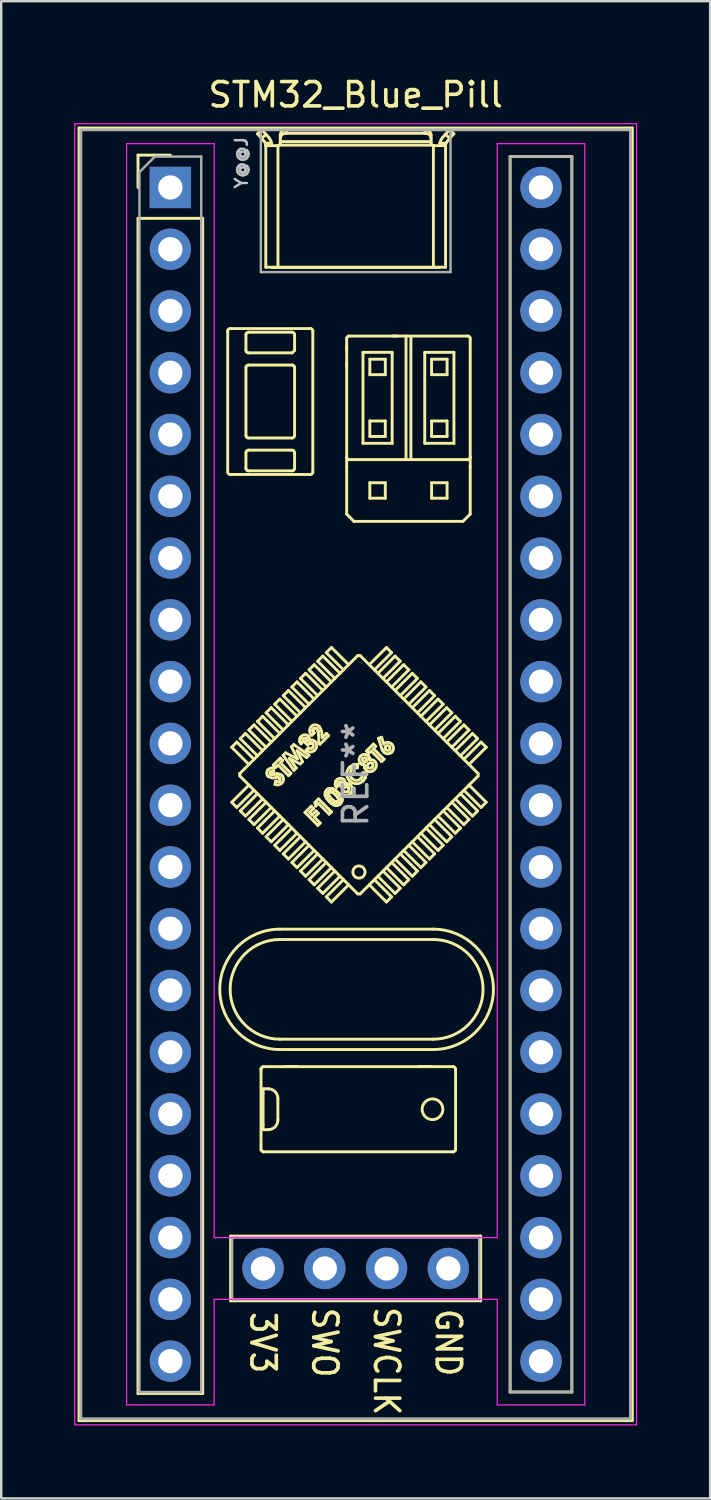
<source format=kicad_pcb>
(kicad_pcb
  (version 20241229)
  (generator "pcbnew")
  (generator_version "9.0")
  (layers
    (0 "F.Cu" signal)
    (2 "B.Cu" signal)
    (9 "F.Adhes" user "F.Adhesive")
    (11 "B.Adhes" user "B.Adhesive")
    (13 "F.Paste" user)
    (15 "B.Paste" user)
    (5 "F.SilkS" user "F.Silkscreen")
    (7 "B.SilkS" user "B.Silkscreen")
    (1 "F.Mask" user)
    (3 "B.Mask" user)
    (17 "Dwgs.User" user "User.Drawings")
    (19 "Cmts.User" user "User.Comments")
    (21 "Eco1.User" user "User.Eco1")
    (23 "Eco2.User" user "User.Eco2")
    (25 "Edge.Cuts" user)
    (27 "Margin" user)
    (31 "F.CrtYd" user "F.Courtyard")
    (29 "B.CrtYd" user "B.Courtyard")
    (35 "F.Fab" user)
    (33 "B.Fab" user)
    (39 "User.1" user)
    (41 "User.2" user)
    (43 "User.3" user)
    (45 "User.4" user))
  (footprint "STM32_Blue_Pill"
    (layer "F.Cu")
    (at 3.955 4.658)
    (property "Reference" "STM32_Blue_Pill" (at 7.62 -3.81 0) (layer "F.SilkS") (effects (font (size 1 1) (thickness 0.15))))
    (attr through_hole)
    (fp_line (start -3.755 -2.445) (end 18.995 -2.445) (stroke (width 0.12) (type solid)) (layer "F.SilkS"))
    (fp_line (start -3.755 50.705) (end -3.755 -2.445) (stroke (width 0.12) (type solid)) (layer "F.SilkS"))
    (fp_line (start -1.33 -1.33) (end 0 -1.33) (stroke (width 0.12) (type solid)) (layer "F.SilkS"))
    (fp_line (start -1.33 0) (end -1.33 -1.33) (stroke (width 0.12) (type solid)) (layer "F.SilkS"))
    (fp_line (start -1.33 1.27) (end 1.33 1.27) (stroke (width 0.12) (type solid)) (layer "F.SilkS"))
    (fp_line (start -1.33 49.59) (end -1.33 1.27) (stroke (width 0.12) (type solid)) (layer "F.SilkS"))
    (fp_line (start 1.33 1.27) (end 1.33 49.59) (stroke (width 0.12) (type solid)) (layer "F.SilkS"))
    (fp_line (start 1.33 49.59) (end -1.33 49.59) (stroke (width 0.12) (type solid)) (layer "F.SilkS"))
    (fp_line (start 2.358 5.902) (end 2.358 11.702) (stroke (width 0.12) (type solid)) (layer "F.SilkS"))
    (fp_line (start 2.458 11.802) (end 5.758 11.802) (stroke (width 0.12) (type solid)) (layer "F.SilkS"))
    (fp_line (start 2.48 43.12) (end 2.48 45.78) (stroke (width 0.12) (type solid)) (layer "F.SilkS"))
    (fp_line (start 2.48 45.78) (end 12.76 45.78) (stroke (width 0.12) (type solid)) (layer "F.SilkS"))
    (fp_line (start 2.522 23.017) (end 3.229 23.724) (stroke (width 0.12) (type solid)) (layer "F.SilkS"))
    (fp_line (start 2.522 25.28) (end 3.229 24.573) (stroke (width 0.12) (type solid)) (layer "F.SilkS"))
    (fp_line (start 2.734 22.805) (end 2.522 23.017) (stroke (width 0.12) (type solid)) (layer "F.SilkS"))
    (fp_line (start 2.734 22.805) (end 3.441 23.512) (stroke (width 0.12) (type solid)) (layer "F.SilkS"))
    (fp_line (start 2.734 25.492) (end 2.522 25.28) (stroke (width 0.12) (type solid)) (layer "F.SilkS"))
    (fp_line (start 2.734 25.492) (end 3.441 24.785) (stroke (width 0.12) (type solid)) (layer "F.SilkS"))
    (fp_line (start 2.855 24.199) (end 2.855 24.099) (stroke (width 0.12) (type solid)) (layer "F.SilkS"))
    (fp_line (start 2.855 24.199) (end 7.704 29.048) (stroke (width 0.12) (type solid)) (layer "F.SilkS"))
    (fp_line (start 2.875 22.664) (end 3.583 23.371) (stroke (width 0.12) (type solid)) (layer "F.SilkS"))
    (fp_line (start 2.875 25.634) (end 3.583 24.926) (stroke (width 0.12) (type solid)) (layer "F.SilkS"))
    (fp_line (start 3.088 22.452) (end 2.875 22.664) (stroke (width 0.12) (type solid)) (layer "F.SilkS"))
    (fp_line (start 3.088 22.452) (end 3.795 23.159) (stroke (width 0.12) (type solid)) (layer "F.SilkS"))
    (fp_line (start 3.088 25.846) (end 2.875 25.634) (stroke (width 0.12) (type solid)) (layer "F.SilkS"))
    (fp_line (start 3.088 25.846) (end 3.795 25.139) (stroke (width 0.12) (type solid)) (layer "F.SilkS"))
    (fp_line (start 3.108 6.702) (end 3.108 6.052) (stroke (width 0.12) (type solid)) (layer "F.SilkS"))
    (fp_line (start 3.108 10.202) (end 3.108 7.402) (stroke (width 0.12) (type solid)) (layer "F.SilkS"))
    (fp_line (start 3.108 11.552) (end 3.108 10.902) (stroke (width 0.12) (type solid)) (layer "F.SilkS"))
    (fp_line (start 3.208 5.952) (end 5.008 5.952) (stroke (width 0.12) (type solid)) (layer "F.SilkS"))
    (fp_line (start 3.208 7.302) (end 5.008 7.302) (stroke (width 0.12) (type solid)) (layer "F.SilkS"))
    (fp_line (start 3.208 10.802) (end 5.008 10.802) (stroke (width 0.12) (type solid)) (layer "F.SilkS"))
    (fp_line (start 3.229 22.31) (end 3.936 23.017) (stroke (width 0.12) (type solid)) (layer "F.SilkS"))
    (fp_line (start 3.229 25.987) (end 3.936 25.28) (stroke (width 0.12) (type solid)) (layer "F.SilkS"))
    (fp_line (start 3.441 22.098) (end 3.229 22.31) (stroke (width 0.12) (type solid)) (layer "F.SilkS"))
    (fp_line (start 3.441 22.098) (end 4.148 22.805) (stroke (width 0.12) (type solid)) (layer "F.SilkS"))
    (fp_line (start 3.441 26.199) (end 3.229 25.987) (stroke (width 0.12) (type solid)) (layer "F.SilkS"))
    (fp_line (start 3.441 26.199) (end 4.148 25.492) (stroke (width 0.12) (type solid)) (layer "F.SilkS"))
    (fp_line (start 3.583 -2.207) (end 3.861 -1.891) (stroke (width 0.12) (type solid)) (layer "F.SilkS"))
    (fp_line (start 3.583 21.957) (end 4.29 22.664) (stroke (width 0.12) (type solid)) (layer "F.SilkS"))
    (fp_line (start 3.583 26.341) (end 4.29 25.634) (stroke (width 0.12) (type solid)) (layer "F.SilkS"))
    (fp_line (start 3.728 36.253) (end 3.728 39.553) (stroke (width 0.12) (type solid)) (layer "F.SilkS"))
    (fp_line (start 3.728 36.252) (end 3.728 36.253) (stroke (width 0.12) (type solid)) (layer "F.SilkS"))
    (fp_line (start 3.748 -2.02) (end 3.933 -2.182) (stroke (width 0.12) (type solid)) (layer "F.SilkS"))
    (fp_line (start 3.767 -2.37) (end 3.583 -2.207) (stroke (width 0.12) (type solid)) (layer "F.SilkS"))
    (fp_line (start 3.795 21.744) (end 3.583 21.957) (stroke (width 0.12) (type solid)) (layer "F.SilkS"))
    (fp_line (start 3.795 21.744) (end 4.502 22.452) (stroke (width 0.12) (type solid)) (layer "F.SilkS"))
    (fp_line (start 3.795 26.553) (end 3.583 26.341) (stroke (width 0.12) (type solid)) (layer "F.SilkS"))
    (fp_line (start 3.795 26.553) (end 4.502 25.846) (stroke (width 0.12) (type solid)) (layer "F.SilkS"))
    (fp_line (start 3.812 38.544) (end 3.812 37.262) (stroke (width 0.12) (type solid)) (layer "F.SilkS"))
    (fp_line (start 3.827 39.653) (end 3.828 39.653) (stroke (width 0.12) (type solid)) (layer "F.SilkS"))
    (fp_line (start 3.828 36.153) (end 3.827 36.153) (stroke (width 0.12) (type solid)) (layer "F.SilkS"))
    (fp_line (start 3.828 36.153) (end 11.628 36.153) (stroke (width 0.12) (type solid)) (layer "F.SilkS"))
    (fp_line (start 3.828 39.653) (end 11.628 39.653) (stroke (width 0.12) (type solid)) (layer "F.SilkS"))
    (fp_line (start 3.834 38.744) (end 4.021 38.744) (stroke (width 0.12) (type solid)) (layer "F.SilkS"))
    (fp_line (start 3.924 -1.728) (end 3.929 -1.72) (stroke (width 0.12) (type solid)) (layer "F.SilkS"))
    (fp_line (start 3.924 -1.726) (end 3.924 -1.728) (stroke (width 0.12) (type solid)) (layer "F.SilkS"))
    (fp_line (start 3.924 -1.726) (end 3.924 3.28) (stroke (width 0.12) (type solid)) (layer "F.SilkS"))
    (fp_line (start 3.929 -1.72) (end 3.93 -1.72) (stroke (width 0.12) (type solid)) (layer "F.SilkS"))
    (fp_line (start 3.93 -1.72) (end 4.42 -1.72) (stroke (width 0.12) (type solid)) (layer "F.SilkS"))
    (fp_line (start 3.936 21.603) (end 4.643 22.31) (stroke (width 0.12) (type solid)) (layer "F.SilkS"))
    (fp_line (start 3.936 26.694) (end 4.643 25.987) (stroke (width 0.12) (type solid)) (layer "F.SilkS"))
    (fp_line (start 4.021 37.062) (end 3.834 37.062) (stroke (width 0.12) (type solid)) (layer "F.SilkS"))
    (fp_line (start 4.045 -2.055) (end 3.767 -2.37) (stroke (width 0.12) (type solid)) (layer "F.SilkS"))
    (fp_line (start 4.108 24.11) (end 4.126 24.122) (stroke (width 0.12) (type solid)) (layer "F.SilkS"))
    (fp_line (start 4.108 24.11) (end 4.126 24.122) (stroke (width 0.12) (type solid)) (layer "F.SilkS"))
    (fp_line (start 4.126 24.122) (end 4.142 24.127) (stroke (width 0.12) (type solid)) (layer "F.SilkS"))
    (fp_line (start 4.126 24.122) (end 4.142 24.127) (stroke (width 0.12) (type solid)) (layer "F.SilkS"))
    (fp_line (start 4.142 24.127) (end 4.221 24.127) (stroke (width 0.12) (type solid)) (layer "F.SilkS"))
    (fp_line (start 4.142 24.127) (end 4.221 24.127) (stroke (width 0.12) (type solid)) (layer "F.SilkS"))
    (fp_line (start 4.148 21.391) (end 3.936 21.603) (stroke (width 0.12) (type solid)) (layer "F.SilkS"))
    (fp_line (start 4.148 21.391) (end 4.855 22.098) (stroke (width 0.12) (type solid)) (layer "F.SilkS"))
    (fp_line (start 4.148 26.906) (end 3.936 26.694) (stroke (width 0.12) (type solid)) (layer "F.SilkS"))
    (fp_line (start 4.148 26.906) (end 4.855 26.199) (stroke (width 0.12) (type solid)) (layer "F.SilkS"))
    (fp_line (start 4.161 -1.82) (end 3.905 -1.82) (stroke (width 0.12) (type solid)) (layer "F.SilkS"))
    (fp_line (start 4.17 -1.72) (end 4.17 -1.724) (stroke (width 0.12) (type solid)) (layer "F.SilkS"))
    (fp_line (start 4.221 24.127) (end 4.283 24.123) (stroke (width 0.12) (type solid)) (layer "F.SilkS"))
    (fp_line (start 4.221 24.127) (end 4.283 24.123) (stroke (width 0.12) (type solid)) (layer "F.SilkS"))
    (fp_line (start 4.236 23.749) (end 4.522 23.463) (stroke (width 0.12) (type solid)) (layer "F.SilkS"))
    (fp_line (start 4.253 23.874) (end 4.247 24.011) (stroke (width 0.12) (type solid)) (layer "F.SilkS"))
    (fp_line (start 4.283 24.123) (end 4.355 24.118) (stroke (width 0.12) (type solid)) (layer "F.SilkS"))
    (fp_line (start 4.283 24.123) (end 4.355 24.118) (stroke (width 0.12) (type solid)) (layer "F.SilkS"))
    (fp_line (start 4.29 21.249) (end 4.997 21.957) (stroke (width 0.12) (type solid)) (layer "F.SilkS"))
    (fp_line (start 4.29 27.048) (end 4.997 26.341) (stroke (width 0.12) (type solid)) (layer "F.SilkS"))
    (fp_line (start 4.3 24.547) (end 4.334 24.413) (stroke (width 0.12) (type solid)) (layer "F.SilkS"))
    (fp_line (start 4.331 23.844) (end 4.236 23.749) (stroke (width 0.12) (type solid)) (layer "F.SilkS"))
    (fp_line (start 4.334 24.413) (end 4.424 24.424) (stroke (width 0.12) (type solid)) (layer "F.SilkS"))
    (fp_line (start 4.334 24.413) (end 4.424 24.424) (stroke (width 0.12) (type solid)) (layer "F.SilkS"))
    (fp_line (start 4.355 24.118) (end 4.412 24.116) (stroke (width 0.12) (type solid)) (layer "F.SilkS"))
    (fp_line (start 4.355 24.118) (end 4.412 24.116) (stroke (width 0.12) (type solid)) (layer "F.SilkS"))
    (fp_line (start 4.412 24.116) (end 4.518 24.135) (stroke (width 0.12) (type solid)) (layer "F.SilkS"))
    (fp_line (start 4.412 24.116) (end 4.518 24.135) (stroke (width 0.12) (type solid)) (layer "F.SilkS"))
    (fp_line (start 4.42 -1.72) (end 4.424 -1.72) (stroke (width 0.12) (type solid)) (layer "F.SilkS"))
    (fp_line (start 4.421 37.462) (end 4.421 38.344) (stroke (width 0.12) (type solid)) (layer "F.SilkS"))
    (fp_line (start 4.424 -1.72) (end 4.424 3.29) (stroke (width 0.12) (type solid)) (layer "F.SilkS"))
    (fp_line (start 4.424 24.424) (end 4.459 24.415) (stroke (width 0.12) (type solid)) (layer "F.SilkS"))
    (fp_line (start 4.424 24.424) (end 4.459 24.415) (stroke (width 0.12) (type solid)) (layer "F.SilkS"))
    (fp_line (start 4.427 23.749) (end 4.331 23.844) (stroke (width 0.12) (type solid)) (layer "F.SilkS"))
    (fp_line (start 4.459 24.415) (end 4.489 24.394) (stroke (width 0.12) (type solid)) (layer "F.SilkS"))
    (fp_line (start 4.459 24.415) (end 4.489 24.394) (stroke (width 0.12) (type solid)) (layer "F.SilkS"))
    (fp_line (start 4.502 21.037) (end 4.29 21.249) (stroke (width 0.12) (type solid)) (layer "F.SilkS"))
    (fp_line (start 4.502 21.037) (end 5.209 21.744) (stroke (width 0.12) (type solid)) (layer "F.SilkS"))
    (fp_line (start 4.502 27.26) (end 4.29 27.048) (stroke (width 0.12) (type solid)) (layer "F.SilkS"))
    (fp_line (start 4.502 27.26) (end 5.209 26.553) (stroke (width 0.12) (type solid)) (layer "F.SilkS"))
    (fp_line (start 4.508 30.923) (end 10.808 30.923) (stroke (width 0.12) (type solid)) (layer "F.SilkS"))
    (fp_line (start 4.508 35.448) (end 10.808 35.448) (stroke (width 0.12) (type solid)) (layer "F.SilkS"))
    (fp_line (start 4.518 24.135) (end 4.588 24.183) (stroke (width 0.12) (type solid)) (layer "F.SilkS"))
    (fp_line (start 4.518 24.135) (end 4.588 24.183) (stroke (width 0.12) (type solid)) (layer "F.SilkS"))
    (fp_line (start 4.52 -2.165) (end 4.52 -1.82) (stroke (width 0.12) (type solid)) (layer "F.SilkS"))
    (fp_line (start 4.52 -1.885) (end 10.72 -1.885) (stroke (width 0.12) (type solid)) (layer "F.SilkS"))
    (fp_line (start 4.522 23.463) (end 4.617 23.559) (stroke (width 0.12) (type solid)) (layer "F.SilkS"))
    (fp_line (start 4.522 23.654) (end 4.957 24.089) (stroke (width 0.12) (type solid)) (layer "F.SilkS"))
    (fp_line (start 4.617 23.559) (end 4.522 23.654) (stroke (width 0.12) (type solid)) (layer "F.SilkS"))
    (fp_line (start 4.639 23.347) (end 4.737 23.248) (stroke (width 0.12) (type solid)) (layer "F.SilkS"))
    (fp_line (start 4.643 20.896) (end 5.35 21.603) (stroke (width 0.12) (type solid)) (layer "F.SilkS"))
    (fp_line (start 4.643 27.401) (end 5.35 26.694) (stroke (width 0.12) (type solid)) (layer "F.SilkS"))
    (fp_line (start 4.737 23.248) (end 5.228 23.497) (stroke (width 0.12) (type solid)) (layer "F.SilkS"))
    (fp_line (start 4.77 -2.227) (end 4.77 -2.37) (stroke (width 0.12) (type solid)) (layer "F.SilkS"))
    (fp_line (start 4.855 20.684) (end 4.643 20.896) (stroke (width 0.12) (type solid)) (layer "F.SilkS"))
    (fp_line (start 4.855 20.684) (end 5.562 21.391) (stroke (width 0.12) (type solid)) (layer "F.SilkS"))
    (fp_line (start 4.855 27.613) (end 4.643 27.401) (stroke (width 0.12) (type solid)) (layer "F.SilkS"))
    (fp_line (start 4.855 27.613) (end 5.562 26.906) (stroke (width 0.12) (type solid)) (layer "F.SilkS"))
    (fp_line (start 4.862 24.184) (end 4.427 23.749) (stroke (width 0.12) (type solid)) (layer "F.SilkS"))
    (fp_line (start 4.897 23.479) (end 5.176 23.87) (stroke (width 0.12) (type solid)) (layer "F.SilkS"))
    (fp_line (start 4.957 24.089) (end 4.862 24.184) (stroke (width 0.12) (type solid)) (layer "F.SilkS"))
    (fp_line (start 4.98 23.005) (end 5.078 22.907) (stroke (width 0.12) (type solid)) (layer "F.SilkS"))
    (fp_line (start 4.997 20.542) (end 5.704 21.249) (stroke (width 0.12) (type solid)) (layer "F.SilkS"))
    (fp_line (start 4.997 27.755) (end 5.704 27.048) (stroke (width 0.12) (type solid)) (layer "F.SilkS"))
    (fp_line (start 5.008 6.802) (end 3.208 6.802) (stroke (width 0.12) (type solid)) (layer "F.SilkS"))
    (fp_line (start 5.008 6.802) (end 5.108 6.702) (stroke (width 0.12) (type solid)) (layer "F.SilkS"))
    (fp_line (start 5.008 10.302) (end 3.208 10.302) (stroke (width 0.12) (type solid)) (layer "F.SilkS"))
    (fp_line (start 5.008 11.652) (end 3.208 11.652) (stroke (width 0.12) (type solid)) (layer "F.SilkS"))
    (fp_line (start 5.078 22.907) (end 5.698 23.348) (stroke (width 0.12) (type solid)) (layer "F.SilkS"))
    (fp_line (start 5.079 23.967) (end 4.639 23.347) (stroke (width 0.12) (type solid)) (layer "F.SilkS"))
    (fp_line (start 5.108 6.052) (end 5.108 6.702) (stroke (width 0.12) (type solid)) (layer "F.SilkS"))
    (fp_line (start 5.108 7.402) (end 5.108 10.202) (stroke (width 0.12) (type solid)) (layer "F.SilkS"))
    (fp_line (start 5.108 10.902) (end 5.108 11.552) (stroke (width 0.12) (type solid)) (layer "F.SilkS"))
    (fp_line (start 5.176 23.87) (end 5.079 23.967) (stroke (width 0.12) (type solid)) (layer "F.SilkS"))
    (fp_line (start 5.209 20.33) (end 4.997 20.542) (stroke (width 0.12) (type solid)) (layer "F.SilkS"))
    (fp_line (start 5.209 20.33) (end 5.916 21.037) (stroke (width 0.12) (type solid)) (layer "F.SilkS"))
    (fp_line (start 5.209 27.967) (end 4.997 27.755) (stroke (width 0.12) (type solid)) (layer "F.SilkS"))
    (fp_line (start 5.209 27.967) (end 5.916 27.26) (stroke (width 0.12) (type solid)) (layer "F.SilkS"))
    (fp_line (start 5.21 23.166) (end 5.435 23.611) (stroke (width 0.12) (type solid)) (layer "F.SilkS"))
    (fp_line (start 5.228 36.143) (end 4.728 36.143) (stroke (width 0.12) (type solid)) (layer "F.SilkS"))
    (fp_line (start 5.228 23.497) (end 4.98 23.005) (stroke (width 0.12) (type solid)) (layer "F.SilkS"))
    (fp_line (start 5.319 22.738) (end 5.339 22.637) (stroke (width 0.12) (type solid)) (layer "F.SilkS"))
    (fp_line (start 5.319 22.738) (end 5.339 22.637) (stroke (width 0.12) (type solid)) (layer "F.SilkS"))
    (fp_line (start 5.331 22.801) (end 5.319 22.738) (stroke (width 0.12) (type solid)) (layer "F.SilkS"))
    (fp_line (start 5.331 22.801) (end 5.319 22.738) (stroke (width 0.12) (type solid)) (layer "F.SilkS"))
    (fp_line (start 5.339 22.637) (end 5.387 22.571) (stroke (width 0.12) (type solid)) (layer "F.SilkS"))
    (fp_line (start 5.339 22.637) (end 5.387 22.571) (stroke (width 0.12) (type solid)) (layer "F.SilkS"))
    (fp_line (start 5.342 23.704) (end 4.897 23.479) (stroke (width 0.12) (type solid)) (layer "F.SilkS"))
    (fp_line (start 5.35 20.189) (end 6.057 20.896) (stroke (width 0.12) (type solid)) (layer "F.SilkS"))
    (fp_line (start 5.35 28.108) (end 6.057 27.401) (stroke (width 0.12) (type solid)) (layer "F.SilkS"))
    (fp_line (start 5.372 22.872) (end 5.331 22.801) (stroke (width 0.12) (type solid)) (layer "F.SilkS"))
    (fp_line (start 5.372 22.872) (end 5.331 22.801) (stroke (width 0.12) (type solid)) (layer "F.SilkS"))
    (fp_line (start 5.435 23.611) (end 5.342 23.704) (stroke (width 0.12) (type solid)) (layer "F.SilkS"))
    (fp_line (start 5.467 22.777) (end 5.372 22.872) (stroke (width 0.12) (type solid)) (layer "F.SilkS"))
    (fp_line (start 5.535 25.7) (end 5.793 25.442) (stroke (width 0.12) (type solid)) (layer "F.SilkS"))
    (fp_line (start 5.549 22.831) (end 5.6 22.752) (stroke (width 0.12) (type solid)) (layer "F.SilkS"))
    (fp_line (start 5.549 22.831) (end 5.6 22.752) (stroke (width 0.12) (type solid)) (layer "F.SilkS"))
    (fp_line (start 5.562 19.977) (end 5.35 20.189) (stroke (width 0.12) (type solid)) (layer "F.SilkS"))
    (fp_line (start 5.562 19.977) (end 6.27 20.684) (stroke (width 0.12) (type solid)) (layer "F.SilkS"))
    (fp_line (start 5.562 28.321) (end 5.35 28.108) (stroke (width 0.12) (type solid)) (layer "F.SilkS"))
    (fp_line (start 5.562 28.321) (end 6.27 27.613) (stroke (width 0.12) (type solid)) (layer "F.SilkS"))
    (fp_line (start 5.583 23.137) (end 5.678 23.042) (stroke (width 0.12) (type solid)) (layer "F.SilkS"))
    (fp_line (start 5.598 22.683) (end 5.585 22.664) (stroke (width 0.12) (type solid)) (layer "F.SilkS"))
    (fp_line (start 5.598 22.683) (end 5.585 22.664) (stroke (width 0.12) (type solid)) (layer "F.SilkS"))
    (fp_line (start 5.6 22.752) (end 5.605 22.706) (stroke (width 0.12) (type solid)) (layer "F.SilkS"))
    (fp_line (start 5.6 22.752) (end 5.605 22.706) (stroke (width 0.12) (type solid)) (layer "F.SilkS"))
    (fp_line (start 5.602 23.444) (end 5.21 23.166) (stroke (width 0.12) (type solid)) (layer "F.SilkS"))
    (fp_line (start 5.605 22.706) (end 5.598 22.683) (stroke (width 0.12) (type solid)) (layer "F.SilkS"))
    (fp_line (start 5.605 22.706) (end 5.598 22.683) (stroke (width 0.12) (type solid)) (layer "F.SilkS"))
    (fp_line (start 5.637 22.92) (end 5.549 22.831) (stroke (width 0.12) (type solid)) (layer "F.SilkS"))
    (fp_line (start 5.698 23.348) (end 5.602 23.444) (stroke (width 0.12) (type solid)) (layer "F.SilkS"))
    (fp_line (start 5.704 19.835) (end 6.411 20.542) (stroke (width 0.12) (type solid)) (layer "F.SilkS"))
    (fp_line (start 5.704 28.462) (end 6.411 27.755) (stroke (width 0.12) (type solid)) (layer "F.SilkS"))
    (fp_line (start 5.725 25.7) (end 5.827 25.802) (stroke (width 0.12) (type solid)) (layer "F.SilkS"))
    (fp_line (start 5.738 22.854) (end 5.637 22.92) (stroke (width 0.12) (type solid)) (layer "F.SilkS"))
    (fp_line (start 5.738 22.854) (end 5.637 22.92) (stroke (width 0.12) (type solid)) (layer "F.SilkS"))
    (fp_line (start 5.758 5.802) (end 2.458 5.802) (stroke (width 0.12) (type solid)) (layer "F.SilkS"))
    (fp_line (start 5.762 5.802) (end 5.758 5.802) (stroke (width 0.12) (type solid)) (layer "F.SilkS"))
    (fp_line (start 5.793 25.442) (end 5.888 25.537) (stroke (width 0.12) (type solid)) (layer "F.SilkS"))
    (fp_line (start 5.798 22.849) (end 5.738 22.854) (stroke (width 0.12) (type solid)) (layer "F.SilkS"))
    (fp_line (start 5.798 22.849) (end 5.738 22.854) (stroke (width 0.12) (type solid)) (layer "F.SilkS"))
    (fp_line (start 5.827 25.802) (end 5.99 25.639) (stroke (width 0.12) (type solid)) (layer "F.SilkS"))
    (fp_line (start 5.827 22.858) (end 5.798 22.849) (stroke (width 0.12) (type solid)) (layer "F.SilkS"))
    (fp_line (start 5.827 22.858) (end 5.798 22.849) (stroke (width 0.12) (type solid)) (layer "F.SilkS"))
    (fp_line (start 5.852 22.876) (end 5.827 22.858) (stroke (width 0.12) (type solid)) (layer "F.SilkS"))
    (fp_line (start 5.852 22.876) (end 5.827 22.858) (stroke (width 0.12) (type solid)) (layer "F.SilkS"))
    (fp_line (start 5.858 11.702) (end 5.858 5.902) (stroke (width 0.12) (type solid)) (layer "F.SilkS"))
    (fp_line (start 5.862 22.307) (end 5.866 22.36) (stroke (width 0.12) (type solid)) (layer "F.SilkS"))
    (fp_line (start 5.862 22.307) (end 5.866 22.36) (stroke (width 0.12) (type solid)) (layer "F.SilkS"))
    (fp_line (start 5.866 22.36) (end 5.909 22.43) (stroke (width 0.12) (type solid)) (layer "F.SilkS"))
    (fp_line (start 5.866 22.36) (end 5.909 22.43) (stroke (width 0.12) (type solid)) (layer "F.SilkS"))
    (fp_line (start 5.887 22.261) (end 5.862 22.307) (stroke (width 0.12) (type solid)) (layer "F.SilkS"))
    (fp_line (start 5.887 22.261) (end 5.862 22.307) (stroke (width 0.12) (type solid)) (layer "F.SilkS"))
    (fp_line (start 5.888 25.537) (end 5.725 25.7) (stroke (width 0.12) (type solid)) (layer "F.SilkS"))
    (fp_line (start 5.909 22.43) (end 5.814 22.525) (stroke (width 0.12) (type solid)) (layer "F.SilkS"))
    (fp_line (start 5.916 19.623) (end 5.704 19.835) (stroke (width 0.12) (type solid)) (layer "F.SilkS"))
    (fp_line (start 5.916 19.623) (end 6.623 20.33) (stroke (width 0.12) (type solid)) (layer "F.SilkS"))
    (fp_line (start 5.916 28.674) (end 5.704 28.462) (stroke (width 0.12) (type solid)) (layer "F.SilkS"))
    (fp_line (start 5.916 28.674) (end 6.623 27.967) (stroke (width 0.12) (type solid)) (layer "F.SilkS"))
    (fp_line (start 5.922 25.898) (end 6.16 26.136) (stroke (width 0.12) (type solid)) (layer "F.SilkS"))
    (fp_line (start 5.945 25.29) (end 6.092 25.143) (stroke (width 0.12) (type solid)) (layer "F.SilkS"))
    (fp_line (start 5.977 25.435) (end 5.945 25.29) (stroke (width 0.12) (type solid)) (layer "F.SilkS"))
    (fp_line (start 5.99 25.639) (end 6.086 25.734) (stroke (width 0.12) (type solid)) (layer "F.SilkS"))
    (fp_line (start 6.057 19.482) (end 6.765 20.189) (stroke (width 0.12) (type solid)) (layer "F.SilkS"))
    (fp_line (start 6.057 28.815) (end 6.765 28.108) (stroke (width 0.12) (type solid)) (layer "F.SilkS"))
    (fp_line (start 6.065 26.231) (end 5.535 25.7) (stroke (width 0.12) (type solid)) (layer "F.SilkS"))
    (fp_line (start 6.08 22.368) (end 6.027 22.263) (stroke (width 0.12) (type solid)) (layer "F.SilkS"))
    (fp_line (start 6.08 22.368) (end 6.027 22.263) (stroke (width 0.12) (type solid)) (layer "F.SilkS"))
    (fp_line (start 6.086 25.326) (end 5.977 25.435) (stroke (width 0.12) (type solid)) (layer "F.SilkS"))
    (fp_line (start 6.086 25.734) (end 5.922 25.898) (stroke (width 0.12) (type solid)) (layer "F.SilkS"))
    (fp_line (start 6.092 25.143) (end 6.623 25.673) (stroke (width 0.12) (type solid)) (layer "F.SilkS"))
    (fp_line (start 6.095 22.52) (end 6.08 22.368) (stroke (width 0.12) (type solid)) (layer "F.SilkS"))
    (fp_line (start 6.095 22.52) (end 6.08 22.368) (stroke (width 0.12) (type solid)) (layer "F.SilkS"))
    (fp_line (start 6.105 22.844) (end 6.095 22.52) (stroke (width 0.12) (type solid)) (layer "F.SilkS"))
    (fp_line (start 6.154 22.892) (end 6.105 22.844) (stroke (width 0.12) (type solid)) (layer "F.SilkS"))
    (fp_line (start 6.16 26.136) (end 6.065 26.231) (stroke (width 0.12) (type solid)) (layer "F.SilkS"))
    (fp_line (start 6.232 22.51) (end 6.24 22.629) (stroke (width 0.12) (type solid)) (layer "F.SilkS"))
    (fp_line (start 6.24 22.629) (end 6.419 22.45) (stroke (width 0.12) (type solid)) (layer "F.SilkS"))
    (fp_line (start 6.27 19.27) (end 6.057 19.482) (stroke (width 0.12) (type solid)) (layer "F.SilkS"))
    (fp_line (start 6.27 19.27) (end 6.977 19.977) (stroke (width 0.12) (type solid)) (layer "F.SilkS"))
    (fp_line (start 6.27 29.028) (end 6.057 28.815) (stroke (width 0.12) (type solid)) (layer "F.SilkS"))
    (fp_line (start 6.27 29.028) (end 6.977 28.321) (stroke (width 0.12) (type solid)) (layer "F.SilkS"))
    (fp_line (start 6.365 24.988) (end 6.373 24.863) (stroke (width 0.12) (type solid)) (layer "F.SilkS"))
    (fp_line (start 6.365 24.988) (end 6.373 24.863) (stroke (width 0.12) (type solid)) (layer "F.SilkS"))
    (fp_line (start 6.373 24.863) (end 6.427 24.781) (stroke (width 0.12) (type solid)) (layer "F.SilkS"))
    (fp_line (start 6.373 24.863) (end 6.427 24.781) (stroke (width 0.12) (type solid)) (layer "F.SilkS"))
    (fp_line (start 6.411 19.128) (end 7.118 19.835) (stroke (width 0.12) (type solid)) (layer "F.SilkS"))
    (fp_line (start 6.411 29.169) (end 7.118 28.462) (stroke (width 0.12) (type solid)) (layer "F.SilkS"))
    (fp_line (start 6.419 22.45) (end 6.507 22.539) (stroke (width 0.12) (type solid)) (layer "F.SilkS"))
    (fp_line (start 6.421 25.111) (end 6.365 24.988) (stroke (width 0.12) (type solid)) (layer "F.SilkS"))
    (fp_line (start 6.421 25.111) (end 6.365 24.988) (stroke (width 0.12) (type solid)) (layer "F.SilkS"))
    (fp_line (start 6.427 24.781) (end 6.48 24.74) (stroke (width 0.12) (type solid)) (layer "F.SilkS"))
    (fp_line (start 6.427 24.781) (end 6.48 24.74) (stroke (width 0.12) (type solid)) (layer "F.SilkS"))
    (fp_line (start 6.48 24.74) (end 6.541 24.715) (stroke (width 0.12) (type solid)) (layer "F.SilkS"))
    (fp_line (start 6.48 24.74) (end 6.541 24.715) (stroke (width 0.12) (type solid)) (layer "F.SilkS"))
    (fp_line (start 6.496 24.948) (end 6.524 25.024) (stroke (width 0.12) (type solid)) (layer "F.SilkS"))
    (fp_line (start 6.496 24.948) (end 6.524 25.024) (stroke (width 0.12) (type solid)) (layer "F.SilkS"))
    (fp_line (start 6.503 24.908) (end 6.496 24.948) (stroke (width 0.12) (type solid)) (layer "F.SilkS"))
    (fp_line (start 6.503 24.908) (end 6.496 24.948) (stroke (width 0.12) (type solid)) (layer "F.SilkS"))
    (fp_line (start 6.507 22.539) (end 6.154 22.892) (stroke (width 0.12) (type solid)) (layer "F.SilkS"))
    (fp_line (start 6.524 25.024) (end 6.629 25.149) (stroke (width 0.12) (type solid)) (layer "F.SilkS"))
    (fp_line (start 6.524 25.024) (end 6.629 25.149) (stroke (width 0.12) (type solid)) (layer "F.SilkS"))
    (fp_line (start 6.525 24.874) (end 6.503 24.908) (stroke (width 0.12) (type solid)) (layer "F.SilkS"))
    (fp_line (start 6.525 24.874) (end 6.503 24.908) (stroke (width 0.12) (type solid)) (layer "F.SilkS"))
    (fp_line (start 6.528 25.768) (end 6.086 25.326) (stroke (width 0.12) (type solid)) (layer "F.SilkS"))
    (fp_line (start 6.533 25.243) (end 6.421 25.111) (stroke (width 0.12) (type solid)) (layer "F.SilkS"))
    (fp_line (start 6.533 25.243) (end 6.421 25.111) (stroke (width 0.12) (type solid)) (layer "F.SilkS"))
    (fp_line (start 6.541 24.715) (end 6.608 24.71) (stroke (width 0.12) (type solid)) (layer "F.SilkS"))
    (fp_line (start 6.541 24.715) (end 6.608 24.71) (stroke (width 0.12) (type solid)) (layer "F.SilkS"))
    (fp_line (start 6.558 24.852) (end 6.525 24.874) (stroke (width 0.12) (type solid)) (layer "F.SilkS"))
    (fp_line (start 6.558 24.852) (end 6.525 24.874) (stroke (width 0.12) (type solid)) (layer "F.SilkS"))
    (fp_line (start 6.597 24.848) (end 6.558 24.852) (stroke (width 0.12) (type solid)) (layer "F.SilkS"))
    (fp_line (start 6.597 24.848) (end 6.558 24.852) (stroke (width 0.12) (type solid)) (layer "F.SilkS"))
    (fp_line (start 6.608 24.71) (end 6.673 24.725) (stroke (width 0.12) (type solid)) (layer "F.SilkS"))
    (fp_line (start 6.608 24.71) (end 6.673 24.725) (stroke (width 0.12) (type solid)) (layer "F.SilkS"))
    (fp_line (start 6.623 25.673) (end 6.528 25.768) (stroke (width 0.12) (type solid)) (layer "F.SilkS"))
    (fp_line (start 6.623 18.916) (end 6.411 19.128) (stroke (width 0.12) (type solid)) (layer "F.SilkS"))
    (fp_line (start 6.623 18.916) (end 7.33 19.623) (stroke (width 0.12) (type solid)) (layer "F.SilkS"))
    (fp_line (start 6.623 29.381) (end 6.411 29.169) (stroke (width 0.12) (type solid)) (layer "F.SilkS"))
    (fp_line (start 6.623 29.381) (end 7.33 28.674) (stroke (width 0.12) (type solid)) (layer "F.SilkS"))
    (fp_line (start 6.629 25.149) (end 6.749 25.246) (stroke (width 0.12) (type solid)) (layer "F.SilkS"))
    (fp_line (start 6.629 25.149) (end 6.749 25.246) (stroke (width 0.12) (type solid)) (layer "F.SilkS"))
    (fp_line (start 6.631 25.331) (end 6.533 25.243) (stroke (width 0.12) (type solid)) (layer "F.SilkS"))
    (fp_line (start 6.631 25.331) (end 6.533 25.243) (stroke (width 0.12) (type solid)) (layer "F.SilkS"))
    (fp_line (start 6.671 24.873) (end 6.597 24.848) (stroke (width 0.12) (type solid)) (layer "F.SilkS"))
    (fp_line (start 6.671 24.873) (end 6.597 24.848) (stroke (width 0.12) (type solid)) (layer "F.SilkS"))
    (fp_line (start 6.673 24.725) (end 6.788 24.789) (stroke (width 0.12) (type solid)) (layer "F.SilkS"))
    (fp_line (start 6.673 24.725) (end 6.788 24.789) (stroke (width 0.12) (type solid)) (layer "F.SilkS"))
    (fp_line (start 6.746 25.394) (end 6.631 25.331) (stroke (width 0.12) (type solid)) (layer "F.SilkS"))
    (fp_line (start 6.746 25.394) (end 6.631 25.331) (stroke (width 0.12) (type solid)) (layer "F.SilkS"))
    (fp_line (start 6.749 25.246) (end 6.822 25.268) (stroke (width 0.12) (type solid)) (layer "F.SilkS"))
    (fp_line (start 6.749 25.246) (end 6.822 25.268) (stroke (width 0.12) (type solid)) (layer "F.SilkS"))
    (fp_line (start 6.781 24.526) (end 6.801 24.425) (stroke (width 0.12) (type solid)) (layer "F.SilkS"))
    (fp_line (start 6.781 24.526) (end 6.801 24.425) (stroke (width 0.12) (type solid)) (layer "F.SilkS"))
    (fp_line (start 6.788 24.789) (end 6.888 24.878) (stroke (width 0.12) (type solid)) (layer "F.SilkS"))
    (fp_line (start 6.788 24.789) (end 6.888 24.878) (stroke (width 0.12) (type solid)) (layer "F.SilkS"))
    (fp_line (start 6.793 24.973) (end 6.671 24.873) (stroke (width 0.12) (type solid)) (layer "F.SilkS"))
    (fp_line (start 6.793 24.973) (end 6.671 24.873) (stroke (width 0.12) (type solid)) (layer "F.SilkS"))
    (fp_line (start 6.793 24.589) (end 6.781 24.526) (stroke (width 0.12) (type solid)) (layer "F.SilkS"))
    (fp_line (start 6.793 24.589) (end 6.781 24.526) (stroke (width 0.12) (type solid)) (layer "F.SilkS"))
    (fp_line (start 6.801 24.425) (end 6.849 24.359) (stroke (width 0.12) (type solid)) (layer "F.SilkS"))
    (fp_line (start 6.801 24.425) (end 6.849 24.359) (stroke (width 0.12) (type solid)) (layer "F.SilkS"))
    (fp_line (start 6.811 25.407) (end 6.746 25.394) (stroke (width 0.12) (type solid)) (layer "F.SilkS"))
    (fp_line (start 6.811 25.407) (end 6.746 25.394) (stroke (width 0.12) (type solid)) (layer "F.SilkS"))
    (fp_line (start 6.822 25.268) (end 6.86 25.262) (stroke (width 0.12) (type solid)) (layer "F.SilkS"))
    (fp_line (start 6.822 25.268) (end 6.86 25.262) (stroke (width 0.12) (type solid)) (layer "F.SilkS"))
    (fp_line (start 6.834 24.66) (end 6.793 24.589) (stroke (width 0.12) (type solid)) (layer "F.SilkS"))
    (fp_line (start 6.834 24.66) (end 6.793 24.589) (stroke (width 0.12) (type solid)) (layer "F.SilkS"))
    (fp_line (start 6.856 25.043) (end 6.793 24.973) (stroke (width 0.12) (type solid)) (layer "F.SilkS"))
    (fp_line (start 6.856 25.043) (end 6.793 24.973) (stroke (width 0.12) (type solid)) (layer "F.SilkS"))
    (fp_line (start 6.86 25.262) (end 6.892 25.241) (stroke (width 0.12) (type solid)) (layer "F.SilkS"))
    (fp_line (start 6.86 25.262) (end 6.892 25.241) (stroke (width 0.12) (type solid)) (layer "F.SilkS"))
    (fp_line (start 6.876 25.402) (end 6.811 25.407) (stroke (width 0.12) (type solid)) (layer "F.SilkS"))
    (fp_line (start 6.876 25.402) (end 6.811 25.407) (stroke (width 0.12) (type solid)) (layer "F.SilkS"))
    (fp_line (start 6.888 24.878) (end 6.976 24.977) (stroke (width 0.12) (type solid)) (layer "F.SilkS"))
    (fp_line (start 6.888 24.878) (end 6.976 24.977) (stroke (width 0.12) (type solid)) (layer "F.SilkS"))
    (fp_line (start 6.914 25.146) (end 6.856 25.043) (stroke (width 0.12) (type solid)) (layer "F.SilkS"))
    (fp_line (start 6.914 25.146) (end 6.856 25.043) (stroke (width 0.12) (type solid)) (layer "F.SilkS"))
    (fp_line (start 6.929 24.565) (end 6.834 24.66) (stroke (width 0.12) (type solid)) (layer "F.SilkS"))
    (fp_line (start 6.936 25.377) (end 6.876 25.402) (stroke (width 0.12) (type solid)) (layer "F.SilkS"))
    (fp_line (start 6.936 25.377) (end 6.876 25.402) (stroke (width 0.12) (type solid)) (layer "F.SilkS"))
    (fp_line (start 6.976 24.977) (end 7.041 25.092) (stroke (width 0.12) (type solid)) (layer "F.SilkS"))
    (fp_line (start 6.976 24.977) (end 7.041 25.092) (stroke (width 0.12) (type solid)) (layer "F.SilkS"))
    (fp_line (start 6.988 25.335) (end 6.936 25.377) (stroke (width 0.12) (type solid)) (layer "F.SilkS"))
    (fp_line (start 6.988 25.335) (end 6.936 25.377) (stroke (width 0.12) (type solid)) (layer "F.SilkS"))
    (fp_line (start 7.01 24.619) (end 7.062 24.54) (stroke (width 0.12) (type solid)) (layer "F.SilkS"))
    (fp_line (start 7.01 24.619) (end 7.062 24.54) (stroke (width 0.12) (type solid)) (layer "F.SilkS"))
    (fp_line (start 7.029 25.284) (end 6.988 25.335) (stroke (width 0.12) (type solid)) (layer "F.SilkS"))
    (fp_line (start 7.029 25.284) (end 6.988 25.335) (stroke (width 0.12) (type solid)) (layer "F.SilkS"))
    (fp_line (start 7.041 25.092) (end 7.057 25.157) (stroke (width 0.12) (type solid)) (layer "F.SilkS"))
    (fp_line (start 7.041 25.092) (end 7.057 25.157) (stroke (width 0.12) (type solid)) (layer "F.SilkS"))
    (fp_line (start 7.044 24.925) (end 7.14 24.83) (stroke (width 0.12) (type solid)) (layer "F.SilkS"))
    (fp_line (start 7.054 25.223) (end 7.029 25.284) (stroke (width 0.12) (type solid)) (layer "F.SilkS"))
    (fp_line (start 7.054 25.223) (end 7.029 25.284) (stroke (width 0.12) (type solid)) (layer "F.SilkS"))
    (fp_line (start 7.057 25.157) (end 7.054 25.223) (stroke (width 0.12) (type solid)) (layer "F.SilkS"))
    (fp_line (start 7.057 25.157) (end 7.054 25.223) (stroke (width 0.12) (type solid)) (layer "F.SilkS"))
    (fp_line (start 7.06 24.471) (end 7.047 24.452) (stroke (width 0.12) (type solid)) (layer "F.SilkS"))
    (fp_line (start 7.06 24.471) (end 7.047 24.452) (stroke (width 0.12) (type solid)) (layer "F.SilkS"))
    (fp_line (start 7.062 24.54) (end 7.067 24.494) (stroke (width 0.12) (type solid)) (layer "F.SilkS"))
    (fp_line (start 7.062 24.54) (end 7.067 24.494) (stroke (width 0.12) (type solid)) (layer "F.SilkS"))
    (fp_line (start 7.067 24.494) (end 7.06 24.471) (stroke (width 0.12) (type solid)) (layer "F.SilkS"))
    (fp_line (start 7.067 24.494) (end 7.06 24.471) (stroke (width 0.12) (type solid)) (layer "F.SilkS"))
    (fp_line (start 7.099 24.708) (end 7.01 24.619) (stroke (width 0.12) (type solid)) (layer "F.SilkS"))
    (fp_line (start 7.2 24.642) (end 7.099 24.708) (stroke (width 0.12) (type solid)) (layer "F.SilkS"))
    (fp_line (start 7.2 24.642) (end 7.099 24.708) (stroke (width 0.12) (type solid)) (layer "F.SilkS"))
    (fp_line (start 7.249 6.502) (end 7.249 6.691) (stroke (width 0.12) (type solid)) (layer "F.SilkS"))
    (fp_line (start 7.249 7.231) (end 7.249 7.265) (stroke (width 0.12) (type solid)) (layer "F.SilkS"))
    (fp_line (start 7.249 7.315) (end 7.249 7.359) (stroke (width 0.12) (type solid)) (layer "F.SilkS"))
    (fp_line (start 7.25 11.09) (end 7.25 6.21) (stroke (width 0.12) (type solid)) (layer "F.SilkS"))
    (fp_line (start 7.25 11.09) (end 7.25 11.49) (stroke (width 0.12) (type solid)) (layer "F.SilkS"))
    (fp_line (start 7.25 11.49) (end 7.25 13.43) (stroke (width 0.12) (type solid)) (layer "F.SilkS"))
    (fp_line (start 7.25 13.43) (end 7.55 13.73) (stroke (width 0.12) (type solid)) (layer "F.SilkS"))
    (fp_line (start 7.26 24.637) (end 7.2 24.642) (stroke (width 0.12) (type solid)) (layer "F.SilkS"))
    (fp_line (start 7.26 24.637) (end 7.2 24.642) (stroke (width 0.12) (type solid)) (layer "F.SilkS"))
    (fp_line (start 7.289 24.646) (end 7.26 24.637) (stroke (width 0.12) (type solid)) (layer "F.SilkS"))
    (fp_line (start 7.289 24.646) (end 7.26 24.637) (stroke (width 0.12) (type solid)) (layer "F.SilkS"))
    (fp_line (start 7.314 24.664) (end 7.289 24.646) (stroke (width 0.12) (type solid)) (layer "F.SilkS"))
    (fp_line (start 7.314 24.664) (end 7.289 24.646) (stroke (width 0.12) (type solid)) (layer "F.SilkS"))
    (fp_line (start 7.35 6.11) (end 12.23 6.11) (stroke (width 0.12) (type solid)) (layer "F.SilkS"))
    (fp_line (start 7.369 23.839) (end 7.542 23.736) (stroke (width 0.12) (type solid)) (layer "F.SilkS"))
    (fp_line (start 7.369 23.839) (end 7.542 23.736) (stroke (width 0.12) (type solid)) (layer "F.SilkS"))
    (fp_line (start 7.542 23.736) (end 7.701 23.719) (stroke (width 0.12) (type solid)) (layer "F.SilkS"))
    (fp_line (start 7.542 23.736) (end 7.701 23.719) (stroke (width 0.12) (type solid)) (layer "F.SilkS"))
    (fp_line (start 7.55 13.73) (end 12.03 13.73) (stroke (width 0.12) (type solid)) (layer "F.SilkS"))
    (fp_line (start 7.555 23.876) (end 7.46 23.938) (stroke (width 0.12) (type solid)) (layer "F.SilkS"))
    (fp_line (start 7.555 23.876) (end 7.46 23.938) (stroke (width 0.12) (type solid)) (layer "F.SilkS"))
    (fp_line (start 7.698 23.855) (end 7.555 23.876) (stroke (width 0.12) (type solid)) (layer "F.SilkS"))
    (fp_line (start 7.698 23.855) (end 7.555 23.876) (stroke (width 0.12) (type solid)) (layer "F.SilkS"))
    (fp_line (start 7.701 23.719) (end 7.698 23.855) (stroke (width 0.12) (type solid)) (layer "F.SilkS"))
    (fp_line (start 7.704 19.249) (end 2.855 24.099) (stroke (width 0.12) (type solid)) (layer "F.SilkS"))
    (fp_line (start 7.704 29.048) (end 7.804 29.048) (stroke (width 0.12) (type solid)) (layer "F.SilkS"))
    (fp_line (start 7.804 19.249) (end 7.704 19.249) (stroke (width 0.12) (type solid)) (layer "F.SilkS"))
    (fp_line (start 7.886 23.723) (end 7.825 23.68) (stroke (width 0.12) (type solid)) (layer "F.SilkS"))
    (fp_line (start 7.886 23.723) (end 7.825 23.68) (stroke (width 0.12) (type solid)) (layer "F.SilkS"))
    (fp_line (start 7.91 24.068) (end 8.049 24.071) (stroke (width 0.12) (type solid)) (layer "F.SilkS"))
    (fp_line (start 7.92 6.78) (end 9.12 6.78) (stroke (width 0.12) (type solid)) (layer "F.SilkS"))
    (fp_line (start 7.92 10.52) (end 7.92 6.78) (stroke (width 0.12) (type solid)) (layer "F.SilkS"))
    (fp_line (start 7.979 23.746) (end 7.886 23.723) (stroke (width 0.12) (type solid)) (layer "F.SilkS"))
    (fp_line (start 7.979 23.746) (end 7.886 23.723) (stroke (width 0.12) (type solid)) (layer "F.SilkS"))
    (fp_line (start 7.983 23.845) (end 7.979 23.746) (stroke (width 0.12) (type solid)) (layer "F.SilkS"))
    (fp_line (start 7.983 23.845) (end 7.979 23.746) (stroke (width 0.12) (type solid)) (layer "F.SilkS"))
    (fp_line (start 8.016 24.269) (end 7.925 24.398) (stroke (width 0.12) (type solid)) (layer "F.SilkS"))
    (fp_line (start 8.016 24.269) (end 7.925 24.398) (stroke (width 0.12) (type solid)) (layer "F.SilkS"))
    (fp_line (start 8.045 23.954) (end 7.983 23.845) (stroke (width 0.12) (type solid)) (layer "F.SilkS"))
    (fp_line (start 8.045 23.954) (end 7.983 23.845) (stroke (width 0.12) (type solid)) (layer "F.SilkS"))
    (fp_line (start 8.049 24.071) (end 8.016 24.269) (stroke (width 0.12) (type solid)) (layer "F.SilkS"))
    (fp_line (start 8.049 24.071) (end 8.016 24.269) (stroke (width 0.12) (type solid)) (layer "F.SilkS"))
    (fp_line (start 8.064 23.171) (end 8.35 22.886) (stroke (width 0.12) (type solid)) (layer "F.SilkS"))
    (fp_line (start 8.133 23.376) (end 8.182 23.456) (stroke (width 0.12) (type solid)) (layer "F.SilkS"))
    (fp_line (start 8.133 23.376) (end 8.182 23.456) (stroke (width 0.12) (type solid)) (layer "F.SilkS"))
    (fp_line (start 8.159 23.266) (end 8.064 23.171) (stroke (width 0.12) (type solid)) (layer "F.SilkS"))
    (fp_line (start 8.182 23.456) (end 8.196 23.529) (stroke (width 0.12) (type solid)) (layer "F.SilkS"))
    (fp_line (start 8.182 23.456) (end 8.196 23.529) (stroke (width 0.12) (type solid)) (layer "F.SilkS"))
    (fp_line (start 8.202 7.062) (end 8.838 7.062) (stroke (width 0.12) (type solid)) (layer "F.SilkS"))
    (fp_line (start 8.202 7.698) (end 8.202 7.062) (stroke (width 0.12) (type solid)) (layer "F.SilkS"))
    (fp_line (start 8.202 9.602) (end 8.838 9.602) (stroke (width 0.12) (type solid)) (layer "F.SilkS"))
    (fp_line (start 8.202 10.238) (end 8.202 9.602) (stroke (width 0.12) (type solid)) (layer "F.SilkS"))
    (fp_line (start 8.202 12.142) (end 8.838 12.142) (stroke (width 0.12) (type solid)) (layer "F.SilkS"))
    (fp_line (start 8.202 12.778) (end 8.202 12.142) (stroke (width 0.12) (type solid)) (layer "F.SilkS"))
    (fp_line (start 8.255 23.171) (end 8.159 23.266) (stroke (width 0.12) (type solid)) (layer "F.SilkS"))
    (fp_line (start 8.35 22.886) (end 8.445 22.981) (stroke (width 0.12) (type solid)) (layer "F.SilkS"))
    (fp_line (start 8.35 23.076) (end 8.785 23.511) (stroke (width 0.12) (type solid)) (layer "F.SilkS"))
    (fp_line (start 8.445 22.981) (end 8.35 23.076) (stroke (width 0.12) (type solid)) (layer "F.SilkS"))
    (fp_line (start 8.558 22.65) (end 8.685 22.608) (stroke (width 0.12) (type solid)) (layer "F.SilkS"))
    (fp_line (start 8.685 22.608) (end 8.775 22.882) (stroke (width 0.12) (type solid)) (layer "F.SilkS"))
    (fp_line (start 8.688 23.049) (end 8.558 22.65) (stroke (width 0.12) (type solid)) (layer "F.SilkS"))
    (fp_line (start 8.69 23.606) (end 8.255 23.171) (stroke (width 0.12) (type solid)) (layer "F.SilkS"))
    (fp_line (start 8.718 23.127) (end 8.688 23.049) (stroke (width 0.12) (type solid)) (layer "F.SilkS"))
    (fp_line (start 8.718 23.127) (end 8.688 23.049) (stroke (width 0.12) (type solid)) (layer "F.SilkS"))
    (fp_line (start 8.775 23.216) (end 8.718 23.127) (stroke (width 0.12) (type solid)) (layer "F.SilkS"))
    (fp_line (start 8.775 23.216) (end 8.718 23.127) (stroke (width 0.12) (type solid)) (layer "F.SilkS"))
    (fp_line (start 8.785 23.511) (end 8.69 23.606) (stroke (width 0.12) (type solid)) (layer "F.SilkS"))
    (fp_line (start 8.838 7.062) (end 8.838 7.698) (stroke (width 0.12) (type solid)) (layer "F.SilkS"))
    (fp_line (start 8.838 7.698) (end 8.202 7.698) (stroke (width 0.12) (type solid)) (layer "F.SilkS"))
    (fp_line (start 8.838 9.602) (end 8.838 10.238) (stroke (width 0.12) (type solid)) (layer "F.SilkS"))
    (fp_line (start 8.838 10.238) (end 8.202 10.238) (stroke (width 0.12) (type solid)) (layer "F.SilkS"))
    (fp_line (start 8.838 12.142) (end 8.838 12.778) (stroke (width 0.12) (type solid)) (layer "F.SilkS"))
    (fp_line (start 8.838 12.778) (end 8.202 12.778) (stroke (width 0.12) (type solid)) (layer "F.SilkS"))
    (fp_line (start 8.886 18.916) (end 8.179 19.623) (stroke (width 0.12) (type solid)) (layer "F.SilkS"))
    (fp_line (start 8.886 29.381) (end 8.179 28.674) (stroke (width 0.12) (type solid)) (layer "F.SilkS"))
    (fp_line (start 9.098 19.128) (end 8.391 19.835) (stroke (width 0.12) (type solid)) (layer "F.SilkS"))
    (fp_line (start 9.098 19.128) (end 8.886 18.916) (stroke (width 0.12) (type solid)) (layer "F.SilkS"))
    (fp_line (start 9.098 29.169) (end 8.391 28.462) (stroke (width 0.12) (type solid)) (layer "F.SilkS"))
    (fp_line (start 9.098 29.169) (end 8.886 29.381) (stroke (width 0.12) (type solid)) (layer "F.SilkS"))
    (fp_line (start 9.12 6.78) (end 9.12 10.52) (stroke (width 0.12) (type solid)) (layer "F.SilkS"))
    (fp_line (start 9.12 10.52) (end 7.92 10.52) (stroke (width 0.12) (type solid)) (layer "F.SilkS"))
    (fp_line (start 9.239 19.27) (end 8.532 19.977) (stroke (width 0.12) (type solid)) (layer "F.SilkS"))
    (fp_line (start 9.239 29.028) (end 8.532 28.321) (stroke (width 0.12) (type solid)) (layer "F.SilkS"))
    (fp_line (start 9.331 6.109) (end 9.142 6.109) (stroke (width 0.12) (type solid)) (layer "F.SilkS"))
    (fp_line (start 9.452 19.482) (end 8.744 20.189) (stroke (width 0.12) (type solid)) (layer "F.SilkS"))
    (fp_line (start 9.452 19.482) (end 9.239 19.27) (stroke (width 0.12) (type solid)) (layer "F.SilkS"))
    (fp_line (start 9.452 28.815) (end 8.744 28.108) (stroke (width 0.12) (type solid)) (layer "F.SilkS"))
    (fp_line (start 9.452 28.815) (end 9.239 29.028) (stroke (width 0.12) (type solid)) (layer "F.SilkS"))
    (fp_line (start 9.593 19.623) (end 8.886 20.33) (stroke (width 0.12) (type solid)) (layer "F.SilkS"))
    (fp_line (start 9.593 28.674) (end 8.886 27.967) (stroke (width 0.12) (type solid)) (layer "F.SilkS"))
    (fp_line (start 9.69 11.19) (end 7.35 11.19) (stroke (width 0.12) (type solid)) (layer "F.SilkS"))
    (fp_line (start 9.69 11.19) (end 9.69 6.11) (stroke (width 0.12) (type solid)) (layer "F.SilkS"))
    (fp_line (start 9.805 19.835) (end 9.098 20.542) (stroke (width 0.12) (type solid)) (layer "F.SilkS"))
    (fp_line (start 9.805 19.835) (end 9.593 19.623) (stroke (width 0.12) (type solid)) (layer "F.SilkS"))
    (fp_line (start 9.805 28.462) (end 9.098 27.755) (stroke (width 0.12) (type solid)) (layer "F.SilkS"))
    (fp_line (start 9.805 28.462) (end 9.593 28.674) (stroke (width 0.12) (type solid)) (layer "F.SilkS"))
    (fp_line (start 9.89 6.16) (end 9.89 11.19) (stroke (width 0.12) (type solid)) (layer "F.SilkS"))
    (fp_line (start 9.947 19.977) (end 9.239 20.684) (stroke (width 0.12) (type solid)) (layer "F.SilkS"))
    (fp_line (start 9.947 28.321) (end 9.239 27.613) (stroke (width 0.12) (type solid)) (layer "F.SilkS"))
    (fp_line (start 10.159 20.189) (end 9.452 20.896) (stroke (width 0.12) (type solid)) (layer "F.SilkS"))
    (fp_line (start 10.159 20.189) (end 9.947 19.977) (stroke (width 0.12) (type solid)) (layer "F.SilkS"))
    (fp_line (start 10.159 28.108) (end 9.452 27.401) (stroke (width 0.12) (type solid)) (layer "F.SilkS"))
    (fp_line (start 10.159 28.108) (end 9.947 28.321) (stroke (width 0.12) (type solid)) (layer "F.SilkS"))
    (fp_line (start 10.228 36.143) (end 10.728 36.143) (stroke (width 0.12) (type solid)) (layer "F.SilkS"))
    (fp_line (start 10.3 20.33) (end 9.593 21.037) (stroke (width 0.12) (type solid)) (layer "F.SilkS"))
    (fp_line (start 10.3 27.967) (end 9.593 27.26) (stroke (width 0.12) (type solid)) (layer "F.SilkS"))
    (fp_line (start 10.46 6.78) (end 11.66 6.78) (stroke (width 0.12) (type solid)) (layer "F.SilkS"))
    (fp_line (start 10.46 10.52) (end 10.46 6.78) (stroke (width 0.12) (type solid)) (layer "F.SilkS"))
    (fp_line (start 10.47 -2.37) (end 4.77 -2.37) (stroke (width 0.12) (type solid)) (layer "F.SilkS"))
    (fp_line (start 10.47 -2.227) (end 4.77 -2.227) (stroke (width 0.12) (type solid)) (layer "F.SilkS"))
    (fp_line (start 10.47 -2.227) (end 10.47 -2.37) (stroke (width 0.12) (type solid)) (layer "F.SilkS"))
    (fp_line (start 10.512 20.542) (end 9.805 21.249) (stroke (width 0.12) (type solid)) (layer "F.SilkS"))
    (fp_line (start 10.512 20.542) (end 10.3 20.33) (stroke (width 0.12) (type solid)) (layer "F.SilkS"))
    (fp_line (start 10.512 27.755) (end 9.805 27.048) (stroke (width 0.12) (type solid)) (layer "F.SilkS"))
    (fp_line (start 10.512 27.755) (end 10.3 27.967) (stroke (width 0.12) (type solid)) (layer "F.SilkS"))
    (fp_line (start 10.654 20.684) (end 9.947 21.391) (stroke (width 0.12) (type solid)) (layer "F.SilkS"))
    (fp_line (start 10.654 27.613) (end 9.947 26.906) (stroke (width 0.12) (type solid)) (layer "F.SilkS"))
    (fp_line (start 10.72 -2.165) (end 10.72 -1.82) (stroke (width 0.12) (type solid)) (layer "F.SilkS"))
    (fp_line (start 10.742 7.062) (end 11.378 7.062) (stroke (width 0.12) (type solid)) (layer "F.SilkS"))
    (fp_line (start 10.742 7.698) (end 10.742 7.062) (stroke (width 0.12) (type solid)) (layer "F.SilkS"))
    (fp_line (start 10.742 9.602) (end 11.378 9.602) (stroke (width 0.12) (type solid)) (layer "F.SilkS"))
    (fp_line (start 10.742 10.238) (end 10.742 9.602) (stroke (width 0.12) (type solid)) (layer "F.SilkS"))
    (fp_line (start 10.742 12.142) (end 11.378 12.142) (stroke (width 0.12) (type solid)) (layer "F.SilkS"))
    (fp_line (start 10.742 12.778) (end 10.742 12.142) (stroke (width 0.12) (type solid)) (layer "F.SilkS"))
    (fp_line (start 10.758 -1.741) (end 4.482 -1.741) (stroke (width 0.12) (type solid)) (layer "F.SilkS"))
    (fp_line (start 10.808 30.498) (end 4.508 30.498) (stroke (width 0.12) (type solid)) (layer "F.SilkS"))
    (fp_line (start 10.808 35.023) (end 4.508 35.023) (stroke (width 0.12) (type solid)) (layer "F.SilkS"))
    (fp_line (start 10.816 -1.72) (end 10.816 3.29) (stroke (width 0.12) (type solid)) (layer "F.SilkS"))
    (fp_line (start 10.82 -1.72) (end 10.816 -1.72) (stroke (width 0.12) (type solid)) (layer "F.SilkS"))
    (fp_line (start 10.866 20.896) (end 10.159 21.603) (stroke (width 0.12) (type solid)) (layer "F.SilkS"))
    (fp_line (start 10.866 20.896) (end 10.654 20.684) (stroke (width 0.12) (type solid)) (layer "F.SilkS"))
    (fp_line (start 10.866 27.401) (end 10.159 26.694) (stroke (width 0.12) (type solid)) (layer "F.SilkS"))
    (fp_line (start 10.866 27.401) (end 10.654 27.613) (stroke (width 0.12) (type solid)) (layer "F.SilkS"))
    (fp_line (start 11.007 21.037) (end 10.3 21.744) (stroke (width 0.12) (type solid)) (layer "F.SilkS"))
    (fp_line (start 11.007 27.26) (end 10.3 26.553) (stroke (width 0.12) (type solid)) (layer "F.SilkS"))
    (fp_line (start 11.07 -1.72) (end 11.07 -1.724) (stroke (width 0.12) (type solid)) (layer "F.SilkS"))
    (fp_line (start 11.07 3.29) (end 4.17 3.29) (stroke (width 0.12) (type solid)) (layer "F.SilkS"))
    (fp_line (start 11.079 -1.82) (end 11.335 -1.82) (stroke (width 0.12) (type solid)) (layer "F.SilkS"))
    (fp_line (start 11.195 -2.055) (end 11.473 -2.37) (stroke (width 0.12) (type solid)) (layer "F.SilkS"))
    (fp_line (start 11.219 21.249) (end 10.512 21.957) (stroke (width 0.12) (type solid)) (layer "F.SilkS"))
    (fp_line (start 11.219 21.249) (end 11.007 21.037) (stroke (width 0.12) (type solid)) (layer "F.SilkS"))
    (fp_line (start 11.219 27.048) (end 10.512 26.341) (stroke (width 0.12) (type solid)) (layer "F.SilkS"))
    (fp_line (start 11.219 27.048) (end 11.007 27.26) (stroke (width 0.12) (type solid)) (layer "F.SilkS"))
    (fp_line (start 11.31 -1.72) (end 10.82 -1.72) (stroke (width 0.12) (type solid)) (layer "F.SilkS"))
    (fp_line (start 11.311 -1.72) (end 11.31 -1.72) (stroke (width 0.12) (type solid)) (layer "F.SilkS"))
    (fp_line (start 11.316 -1.726) (end 11.316 3.28) (stroke (width 0.12) (type solid)) (layer "F.SilkS"))
    (fp_line (start 11.316 -1.726) (end 11.316 -1.728) (stroke (width 0.12) (type solid)) (layer "F.SilkS"))
    (fp_line (start 11.316 3.28) (end 3.924 3.28) (stroke (width 0.12) (type solid)) (layer "F.SilkS"))
    (fp_line (start 11.316 -1.728) (end 11.311 -1.72) (stroke (width 0.12) (type solid)) (layer "F.SilkS"))
    (fp_line (start 11.361 21.391) (end 10.654 22.098) (stroke (width 0.12) (type solid)) (layer "F.SilkS"))
    (fp_line (start 11.361 26.906) (end 10.654 26.199) (stroke (width 0.12) (type solid)) (layer "F.SilkS"))
    (fp_line (start 11.378 7.062) (end 11.378 7.698) (stroke (width 0.12) (type solid)) (layer "F.SilkS"))
    (fp_line (start 11.378 7.698) (end 10.742 7.698) (stroke (width 0.12) (type solid)) (layer "F.SilkS"))
    (fp_line (start 11.378 9.602) (end 11.378 10.238) (stroke (width 0.12) (type solid)) (layer "F.SilkS"))
    (fp_line (start 11.378 10.238) (end 10.742 10.238) (stroke (width 0.12) (type solid)) (layer "F.SilkS"))
    (fp_line (start 11.378 12.142) (end 11.378 12.778) (stroke (width 0.12) (type solid)) (layer "F.SilkS"))
    (fp_line (start 11.378 12.778) (end 10.742 12.778) (stroke (width 0.12) (type solid)) (layer "F.SilkS"))
    (fp_line (start 11.473 -2.37) (end 11.657 -2.207) (stroke (width 0.12) (type solid)) (layer "F.SilkS"))
    (fp_line (start 11.492 -2.02) (end 11.307 -2.182) (stroke (width 0.12) (type solid)) (layer "F.SilkS"))
    (fp_line (start 11.573 21.603) (end 10.866 22.31) (stroke (width 0.12) (type solid)) (layer "F.SilkS"))
    (fp_line (start 11.573 21.603) (end 11.361 21.391) (stroke (width 0.12) (type solid)) (layer "F.SilkS"))
    (fp_line (start 11.573 26.694) (end 10.866 25.987) (stroke (width 0.12) (type solid)) (layer "F.SilkS"))
    (fp_line (start 11.573 26.694) (end 11.361 26.906) (stroke (width 0.12) (type solid)) (layer "F.SilkS"))
    (fp_line (start 11.628 39.653) (end 11.628 39.653) (stroke (width 0.12) (type solid)) (layer "F.SilkS"))
    (fp_line (start 11.628 36.153) (end 11.628 36.153) (stroke (width 0.12) (type solid)) (layer "F.SilkS"))
    (fp_line (start 11.629 39.653) (end 11.628 39.653) (stroke (width 0.12) (type solid)) (layer "F.SilkS"))
    (fp_line (start 11.657 -2.207) (end 11.379 -1.891) (stroke (width 0.12) (type solid)) (layer "F.SilkS"))
    (fp_line (start 11.66 6.78) (end 11.66 10.52) (stroke (width 0.12) (type solid)) (layer "F.SilkS"))
    (fp_line (start 11.66 10.52) (end 10.46 10.52) (stroke (width 0.12) (type solid)) (layer "F.SilkS"))
    (fp_line (start 11.714 21.744) (end 11.007 22.452) (stroke (width 0.12) (type solid)) (layer "F.SilkS"))
    (fp_line (start 11.714 26.553) (end 11.007 25.846) (stroke (width 0.12) (type solid)) (layer "F.SilkS"))
    (fp_line (start 11.728 36.253) (end 11.728 36.252) (stroke (width 0.12) (type solid)) (layer "F.SilkS"))
    (fp_line (start 11.728 36.253) (end 11.728 39.553) (stroke (width 0.12) (type solid)) (layer "F.SilkS"))
    (fp_line (start 11.926 21.957) (end 11.219 22.664) (stroke (width 0.12) (type solid)) (layer "F.SilkS"))
    (fp_line (start 11.926 21.957) (end 11.714 21.744) (stroke (width 0.12) (type solid)) (layer "F.SilkS"))
    (fp_line (start 11.926 26.341) (end 11.219 25.634) (stroke (width 0.12) (type solid)) (layer "F.SilkS"))
    (fp_line (start 11.926 26.341) (end 11.714 26.553) (stroke (width 0.12) (type solid)) (layer "F.SilkS"))
    (fp_line (start 12.03 13.73) (end 12.33 13.43) (stroke (width 0.12) (type solid)) (layer "F.SilkS"))
    (fp_line (start 12.068 22.098) (end 11.361 22.805) (stroke (width 0.12) (type solid)) (layer "F.SilkS"))
    (fp_line (start 12.068 26.199) (end 11.361 25.492) (stroke (width 0.12) (type solid)) (layer "F.SilkS"))
    (fp_line (start 12.23 11.19) (end 9.69 11.19) (stroke (width 0.12) (type solid)) (layer "F.SilkS"))
    (fp_line (start 12.28 22.31) (end 11.573 23.017) (stroke (width 0.12) (type solid)) (layer "F.SilkS"))
    (fp_line (start 12.28 22.31) (end 12.068 22.098) (stroke (width 0.12) (type solid)) (layer "F.SilkS"))
    (fp_line (start 12.28 25.987) (end 11.573 25.28) (stroke (width 0.12) (type solid)) (layer "F.SilkS"))
    (fp_line (start 12.28 25.987) (end 12.068 26.199) (stroke (width 0.12) (type solid)) (layer "F.SilkS"))
    (fp_line (start 12.33 6.21) (end 12.33 11.09) (stroke (width 0.12) (type solid)) (layer "F.SilkS"))
    (fp_line (start 12.33 11.49) (end 12.33 11.09) (stroke (width 0.12) (type solid)) (layer "F.SilkS"))
    (fp_line (start 12.33 13.43) (end 12.33 11.49) (stroke (width 0.12) (type solid)) (layer "F.SilkS"))
    (fp_line (start 12.421 22.452) (end 11.714 23.159) (stroke (width 0.12) (type solid)) (layer "F.SilkS"))
    (fp_line (start 12.421 25.846) (end 11.714 25.139) (stroke (width 0.12) (type solid)) (layer "F.SilkS"))
    (fp_line (start 12.634 22.664) (end 11.926 23.371) (stroke (width 0.12) (type solid)) (layer "F.SilkS"))
    (fp_line (start 12.634 22.664) (end 12.421 22.452) (stroke (width 0.12) (type solid)) (layer "F.SilkS"))
    (fp_line (start 12.634 25.634) (end 11.926 24.926) (stroke (width 0.12) (type solid)) (layer "F.SilkS"))
    (fp_line (start 12.634 25.634) (end 12.421 25.846) (stroke (width 0.12) (type solid)) (layer "F.SilkS"))
    (fp_line (start 12.654 24.099) (end 7.804 19.249) (stroke (width 0.12) (type solid)) (layer "F.SilkS"))
    (fp_line (start 12.654 24.099) (end 12.654 24.199) (stroke (width 0.12) (type solid)) (layer "F.SilkS"))
    (fp_line (start 12.654 24.199) (end 7.804 29.048) (stroke (width 0.12) (type solid)) (layer "F.SilkS"))
    (fp_line (start 12.76 43.12) (end 2.48 43.12) (stroke (width 0.12) (type solid)) (layer "F.SilkS"))
    (fp_line (start 12.76 45.78) (end 12.76 43.12) (stroke (width 0.12) (type solid)) (layer "F.SilkS"))
    (fp_line (start 12.775 22.805) (end 12.068 23.512) (stroke (width 0.12) (type solid)) (layer "F.SilkS"))
    (fp_line (start 12.775 25.492) (end 12.068 24.785) (stroke (width 0.12) (type solid)) (layer "F.SilkS"))
    (fp_line (start 12.987 23.017) (end 12.28 23.724) (stroke (width 0.12) (type solid)) (layer "F.SilkS"))
    (fp_line (start 12.987 23.017) (end 12.775 22.805) (stroke (width 0.12) (type solid)) (layer "F.SilkS"))
    (fp_line (start 12.987 25.28) (end 12.28 24.573) (stroke (width 0.12) (type solid)) (layer "F.SilkS"))
    (fp_line (start 12.987 25.28) (end 12.775 25.492) (stroke (width 0.12) (type solid)) (layer "F.SilkS"))
    (fp_line (start 13.97 -1.27) (end 16.51 -1.27) (stroke (width 0.12) (type solid)) (layer "F.SilkS"))
    (fp_line (start 13.97 49.53) (end 13.97 -1.27) (stroke (width 0.12) (type solid)) (layer "F.SilkS"))
    (fp_line (start 16.51 -1.27) (end 16.51 49.53) (stroke (width 0.12) (type solid)) (layer "F.SilkS"))
    (fp_line (start 16.51 49.53) (end 13.97 49.53) (stroke (width 0.12) (type solid)) (layer "F.SilkS"))
    (fp_line (start 18.995 -2.445) (end 18.995 50.705) (stroke (width 0.12) (type solid)) (layer "F.SilkS"))
    (fp_line (start 18.995 50.705) (end -3.755 50.705) (stroke (width 0.12) (type solid)) (layer "F.SilkS"))
    (fp_arc (start 2.357533 5.902277) (mid 2.386822 5.831566) (end 2.457533 5.802277) (stroke (width 0.12) (type solid)) (layer "F.SilkS"))
    (fp_arc (start 2.457533 11.802277) (mid 2.386822 11.772988) (end 2.357533 11.702277) (stroke (width 0.12) (type solid)) (layer "F.SilkS"))
    (fp_arc (start 3.107533 6.052277) (mid 3.136822 5.981566) (end 3.207533 5.952277) (stroke (width 0.12) (type solid)) (layer "F.SilkS"))
    (fp_arc (start 3.107533 7.402277) (mid 3.136822 7.331566) (end 3.207533 7.302277) (stroke (width 0.12) (type solid)) (layer "F.SilkS"))
    (fp_arc (start 3.107533 10.902277) (mid 3.136822 10.831566) (end 3.207533 10.802277) (stroke (width 0.12) (type solid)) (layer "F.SilkS"))
    (fp_arc (start 3.207533 6.802277) (mid 3.136822 6.772988) (end 3.107533 6.702277) (stroke (width 0.12) (type solid)) (layer "F.SilkS"))
    (fp_arc (start 3.207533 10.302277) (mid 3.136822 10.272988) (end 3.107533 10.202277) (stroke (width 0.12) (type solid)) (layer "F.SilkS"))
    (fp_arc (start 3.207533 11.652277) (mid 3.136822 11.622988) (end 3.107533 11.552277) (stroke (width 0.12) (type solid)) (layer "F.SilkS"))
    (fp_arc (start 3.72772 36.252189) (mid 3.757008 36.182098) (end 3.8271 36.152811) (stroke (width 0.12) (type solid)) (layer "F.SilkS"))
    (fp_arc (start 3.8118 37.261767) (mid 3.81207 37.160544) (end 3.834188 37.061767) (stroke (width 0.12) (type solid)) (layer "F.SilkS"))
    (fp_arc (start 3.827099 39.652807) (mid 3.757007 39.62352) (end 3.72772 39.553428) (stroke (width 0.12) (type solid)) (layer "F.SilkS"))
    (fp_arc (start 3.834188 38.743851) (mid 3.811626 38.645124) (end 3.8118 38.543851) (stroke (width 0.12) (type solid)) (layer "F.SilkS"))
    (fp_arc (start 3.861166 -1.890847) (mid 3.906942 -1.815275) (end 3.923572 -1.7285) (stroke (width 0.12) (type solid)) (layer "F.SilkS"))
    (fp_arc (start 4.017252 24.209874) (mid 3.962135 24.072061) (end 4.021927 23.93621) (stroke (width 0.12) (type solid)) (layer "F.SilkS"))
    (fp_arc (start 4.020774 37.061767) (mid 4.303617 37.178924) (end 4.420774 37.461767) (stroke (width 0.12) (type solid)) (layer "F.SilkS"))
    (fp_arc (start 4.021927 23.936211) (mid 4.129813 23.87714) (end 4.252778 23.874275) (stroke (width 0.12) (type solid)) (layer "F.SilkS"))
    (fp_arc (start 4.045142 -2.054759) (mid 4.137736 -1.900883) (end 4.169988 -1.724215) (stroke (width 0.12) (type solid)) (layer "F.SilkS"))
    (fp_arc (start 4.107872 24.110119) (mid 4.095938 24.069602) (end 4.116052 24.03246) (stroke (width 0.12) (type solid)) (layer "F.SilkS"))
    (fp_arc (start 4.116052 24.032461) (mid 4.17852 24.0044) (end 4.246722 24.010576) (stroke (width 0.12) (type solid)) (layer "F.SilkS"))
    (fp_arc (start 4.337023 24.262355) (mid 4.170811 24.274665) (end 4.017253 24.209874) (stroke (width 0.12) (type solid)) (layer "F.SilkS"))
    (fp_arc (start 4.337023 24.262355) (mid 4.420042 24.256695) (end 4.49882 24.283496) (stroke (width 0.12) (type solid)) (layer "F.SilkS"))
    (fp_arc (start 4.420774 38.343851) (mid 4.303617 38.626694) (end 4.020774 38.743851) (stroke (width 0.12) (type solid)) (layer "F.SilkS"))
    (fp_arc (start 4.49882 24.283497) (mid 4.51644 24.341016) (end 4.488515 24.3943) (stroke (width 0.12) (type solid)) (layer "F.SilkS"))
    (fp_arc (start 4.50795 35.022588) (mid 2.45795 32.972588) (end 4.50795 30.922588) (stroke (width 0.12) (type solid)) (layer "F.SilkS"))
    (fp_arc (start 4.50795 35.447588) (mid 2.03295 32.972588) (end 4.50795 30.497588) (stroke (width 0.12) (type solid)) (layer "F.SilkS"))
    (fp_arc (start 4.519999 -2.165212) (mid 4.603178 -2.318661) (end 4.77 -2.37) (stroke (width 0.12) (type solid)) (layer "F.SilkS"))
    (fp_arc (start 4.52 -2.021818) (mid 4.603179 -2.175266) (end 4.77 -2.226605) (stroke (width 0.12) (type solid)) (layer "F.SilkS"))
    (fp_arc (start 4.52 -1.819999) (mid 4.491968 -1.750569) (end 4.423589 -1.720064) (stroke (width 0.12) (type solid)) (layer "F.SilkS"))
    (fp_arc (start 4.580198 24.492993) (mid 4.448648 24.563858) (end 4.300159 24.547174) (stroke (width 0.12) (type solid)) (layer "F.SilkS"))
    (fp_arc (start 4.588483 24.182785) (mid 4.651909 24.339694) (end 4.580197 24.492993) (stroke (width 0.12) (type solid)) (layer "F.SilkS"))
    (fp_arc (start 5.007533 5.952277) (mid 5.078244 5.981566) (end 5.107533 6.052277) (stroke (width 0.12) (type solid)) (layer "F.SilkS"))
    (fp_arc (start 5.007533 7.302277) (mid 5.078244 7.331566) (end 5.107533 7.402277) (stroke (width 0.12) (type solid)) (layer "F.SilkS"))
    (fp_arc (start 5.007533 10.802277) (mid 5.078244 10.831566) (end 5.107533 10.902277) (stroke (width 0.12) (type solid)) (layer "F.SilkS"))
    (fp_arc (start 5.107533 10.202277) (mid 5.078244 10.272988) (end 5.007533 10.302277) (stroke (width 0.12) (type solid)) (layer "F.SilkS"))
    (fp_arc (start 5.107533 11.552277) (mid 5.078244 11.622988) (end 5.007533 11.652277) (stroke (width 0.12) (type solid)) (layer "F.SilkS"))
    (fp_arc (start 5.386846 22.57129) (mid 5.528527 22.506431) (end 5.674003 22.56226) (stroke (width 0.12) (type solid)) (layer "F.SilkS"))
    (fp_arc (start 5.466949 22.776751) (mid 5.455984 22.719536) (end 5.481397 22.667115) (stroke (width 0.12) (type solid)) (layer "F.SilkS"))
    (fp_arc (start 5.481397 22.667116) (mid 5.532347 22.642773) (end 5.584871 22.663503) (stroke (width 0.12) (type solid)) (layer "F.SilkS"))
    (fp_arc (start 5.674003 22.562261) (mid 5.720712 22.647432) (end 5.71416 22.744349) (stroke (width 0.12) (type solid)) (layer "F.SilkS"))
    (fp_arc (start 5.714161 22.744349) (mid 5.837497 22.723047) (end 5.947986 22.78185) (stroke (width 0.12) (type solid)) (layer "F.SilkS"))
    (fp_arc (start 5.757533 5.802277) (mid 5.828244 5.831566) (end 5.857533 5.902277) (stroke (width 0.12) (type solid)) (layer "F.SilkS"))
    (fp_arc (start 5.797342 22.160794) (mid 5.956409 22.093933) (end 6.11552 22.160688) (stroke (width 0.12) (type solid)) (layer "F.SilkS"))
    (fp_arc (start 5.813703 22.525184) (mid 5.726668 22.346529) (end 5.797343 22.160794) (stroke (width 0.12) (type solid)) (layer "F.SilkS"))
    (fp_arc (start 5.845786 23.037029) (mid 5.76275 23.073739) (end 5.677721 23.041916) (stroke (width 0.12) (type solid)) (layer "F.SilkS"))
    (fp_arc (start 5.851842 22.876082) (mid 5.883258 22.957851) (end 5.845786 23.037029) (stroke (width 0.12) (type solid)) (layer "F.SilkS"))
    (fp_arc (start 5.857533 11.702277) (mid 5.828244 11.772988) (end 5.757533 11.802277) (stroke (width 0.12) (type solid)) (layer "F.SilkS"))
    (fp_arc (start 5.887113 22.2614) (mid 5.957324 22.231449) (end 6.027025 22.262569) (stroke (width 0.12) (type solid)) (layer "F.SilkS"))
    (fp_arc (start 5.935769 23.137421) (mid 5.759084 23.212559) (end 5.582534 23.137103) (stroke (width 0.12) (type solid)) (layer "F.SilkS"))
    (fp_arc (start 5.947986 22.781851) (mid 6.01763 22.962239) (end 5.935768 23.137422) (stroke (width 0.12) (type solid)) (layer "F.SilkS"))
    (fp_arc (start 6.11552 22.160688) (mid 6.20628 22.324572) (end 6.232273 22.510098) (stroke (width 0.12) (type solid)) (layer "F.SilkS"))
    (fp_arc (start 6.848655 24.359455) (mid 6.990335 24.294596) (end 7.13581 24.350425) (stroke (width 0.12) (type solid)) (layer "F.SilkS"))
    (fp_arc (start 6.913776 25.146132) (mid 6.91642 25.196496) (end 6.892105 25.240682) (stroke (width 0.12) (type solid)) (layer "F.SilkS"))
    (fp_arc (start 6.928756 24.564915) (mid 6.917791 24.5077) (end 6.943204 24.455279) (stroke (width 0.12) (type solid)) (layer "F.SilkS"))
    (fp_arc (start 6.943204 24.45528) (mid 6.994154 24.430937) (end 7.046678 24.451667) (stroke (width 0.12) (type solid)) (layer "F.SilkS"))
    (fp_arc (start 7.13581 24.350425) (mid 7.182519 24.435596) (end 7.175967 24.532513) (stroke (width 0.12) (type solid)) (layer "F.SilkS"))
    (fp_arc (start 7.175968 24.532513) (mid 7.299304 24.511211) (end 7.409793 24.570014) (stroke (width 0.12) (type solid)) (layer "F.SilkS"))
    (fp_arc (start 7.25 6.21) (mid 7.279289 6.139289) (end 7.35 6.11) (stroke (width 0.12) (type solid)) (layer "F.SilkS"))
    (fp_arc (start 7.307593 24.825193) (mid 7.224557 24.861903) (end 7.139528 24.83008) (stroke (width 0.12) (type solid)) (layer "F.SilkS"))
    (fp_arc (start 7.313649 24.664245) (mid 7.345065 24.746015) (end 7.307594 24.825193) (stroke (width 0.12) (type solid)) (layer "F.SilkS"))
    (fp_arc (start 7.35 11.19) (mid 7.279289 11.160711) (end 7.25 11.09) (stroke (width 0.12) (type solid)) (layer "F.SilkS"))
    (fp_arc (start 7.369849 24.394087) (mid 7.251577 24.116931) (end 7.368786 23.839323) (stroke (width 0.12) (type solid)) (layer "F.SilkS"))
    (fp_arc (start 7.397575 24.925586) (mid 7.22089 25.000723) (end 7.044341 24.925267) (stroke (width 0.12) (type solid)) (layer "F.SilkS"))
    (fp_arc (start 7.409792 24.570015) (mid 7.479437 24.750403) (end 7.397576 24.925586) (stroke (width 0.12) (type solid)) (layer "F.SilkS"))
    (fp_arc (start 7.464823 24.298688) (mid 7.386132 24.119427) (end 7.460255 23.938229) (stroke (width 0.12) (type solid)) (layer "F.SilkS"))
    (fp_arc (start 7.825282 23.680076) (mid 7.762069 23.527793) (end 7.830381 23.377728) (stroke (width 0.12) (type solid)) (layer "F.SilkS"))
    (fp_arc (start 7.829213 24.303574) (mid 7.645956 24.380309) (end 7.464823 24.298688) (stroke (width 0.12) (type solid)) (layer "F.SilkS"))
    (fp_arc (start 7.830381 23.377727) (mid 7.981098 23.311641) (end 8.132729 23.375603) (stroke (width 0.12) (type solid)) (layer "F.SilkS"))
    (fp_arc (start 7.910483 24.068049) (mid 7.896394 24.194971) (end 7.829213 24.303574) (stroke (width 0.12) (type solid)) (layer "F.SilkS"))
    (fp_arc (start 7.923231 23.475253) (mid 7.982694 23.449034) (end 8.042109 23.475359) (stroke (width 0.12) (type solid)) (layer "F.SilkS"))
    (fp_arc (start 7.924825 24.398337) (mid 7.646408 24.517431) (end 7.369848 24.394088) (stroke (width 0.12) (type solid)) (layer "F.SilkS"))
    (fp_arc (start 7.927268 23.591688) (mid 7.900044 23.534344) (end 7.923231 23.475252) (stroke (width 0.12) (type solid)) (layer "F.SilkS"))
    (fp_arc (start 8.042109 23.475359) (mid 8.070939 23.53444) (end 8.047421 23.59583) (stroke (width 0.12) (type solid)) (layer "F.SilkS"))
    (fp_arc (start 8.047421 23.595831) (mid 7.98646 23.619416) (end 7.927268 23.591687) (stroke (width 0.12) (type solid)) (layer "F.SilkS"))
    (fp_arc (start 8.131454 23.850265) (mid 8.104123 23.767406) (end 8.143884 23.689743) (stroke (width 0.12) (type solid)) (layer "F.SilkS"))
    (fp_arc (start 8.143884 23.689744) (mid 8.222166 23.652226) (end 8.303556 23.682413) (stroke (width 0.12) (type solid)) (layer "F.SilkS"))
    (fp_arc (start 8.195515 23.529327) (mid 8.30862 23.534642) (end 8.405224 23.593706) (stroke (width 0.12) (type solid)) (layer "F.SilkS"))
    (fp_arc (start 8.292295 23.840491) (mid 8.213961 23.879712) (end 8.131454 23.850265) (stroke (width 0.12) (type solid)) (layer "F.SilkS"))
    (fp_arc (start 8.303557 23.682413) (mid 8.333073 23.763957) (end 8.292295 23.840492) (stroke (width 0.12) (type solid)) (layer "F.SilkS"))
    (fp_arc (start 8.388438 23.934722) (mid 8.221107 24.023496) (end 8.044872 23.954058) (stroke (width 0.12) (type solid)) (layer "F.SilkS"))
    (fp_arc (start 8.405224 23.593706) (mid 8.472727 23.76795) (end 8.388439 23.934723) (stroke (width 0.12) (type solid)) (layer "F.SilkS"))
    (fp_arc (start 8.774607 22.882243) (mid 8.940309 22.817112) (end 9.102557 22.890423) (stroke (width 0.12) (type solid)) (layer "F.SilkS"))
    (fp_arc (start 8.858427 22.9752) (mid 8.931263 22.946833) (end 9.001952 22.980193) (stroke (width 0.12) (type solid)) (layer "F.SilkS"))
    (fp_arc (start 8.865971 23.116174) (mid 8.832414 23.047281) (end 8.858427 22.9752) (stroke (width 0.12) (type solid)) (layer "F.SilkS"))
    (fp_arc (start 9.001952 22.980192) (mid 9.035513 23.050985) (end 9.008326 23.124461) (stroke (width 0.12) (type solid)) (layer "F.SilkS"))
    (fp_arc (start 9.008326 23.124461) (mid 8.935425 23.149916) (end 8.86597 23.116175) (stroke (width 0.12) (type solid)) (layer "F.SilkS"))
    (fp_arc (start 9.102558 22.890423) (mid 9.172721 23.053553) (end 9.105319 23.217843) (stroke (width 0.12) (type solid)) (layer "F.SilkS"))
    (fp_arc (start 9.10532 23.217843) (mid 8.940014 23.28533) (end 8.775457 23.216037) (stroke (width 0.12) (type solid)) (layer "F.SilkS"))
    (fp_arc (start 10.47 -2.369999) (mid 10.636821 -2.318659) (end 10.719999 -2.165211) (stroke (width 0.12) (type solid)) (layer "F.SilkS"))
    (fp_arc (start 10.47 -2.226605) (mid 10.636821 -2.175265) (end 10.719999 -2.021817) (stroke (width 0.12) (type solid)) (layer "F.SilkS"))
    (fp_arc (start 10.80795 30.497588) (mid 13.28295 32.972588) (end 10.80795 35.447588) (stroke (width 0.12) (type solid)) (layer "F.SilkS"))
    (fp_arc (start 10.80795 30.922588) (mid 12.85795 32.972588) (end 10.80795 35.022588) (stroke (width 0.12) (type solid)) (layer "F.SilkS"))
    (fp_arc (start 10.81641 -1.720063) (mid 10.74803 -1.750569) (end 10.719999 -1.82) (stroke (width 0.12) (type solid)) (layer "F.SilkS"))
    (fp_arc (start 11.070011 -1.724215) (mid 11.102263 -1.900883) (end 11.194857 -2.054759) (stroke (width 0.12) (type solid)) (layer "F.SilkS"))
    (fp_arc (start 11.316427 -1.7285) (mid 11.333056 -1.815276) (end 11.378833 -1.890847) (stroke (width 0.12) (type solid)) (layer "F.SilkS"))
    (fp_arc (start 11.628337 36.15281) (mid 11.698429 36.182098) (end 11.727717 36.25219) (stroke (width 0.12) (type solid)) (layer "F.SilkS"))
    (fp_arc (start 11.727716 39.553428) (mid 11.698429 39.62352) (end 11.628337 39.652807) (stroke (width 0.12) (type solid)) (layer "F.SilkS"))
    (fp_arc (start 12.23 6.11) (mid 12.300711 6.139289) (end 12.33 6.21) (stroke (width 0.12) (type solid)) (layer "F.SilkS"))
    (fp_arc (start 12.329999 11.09) (mid 12.30071 11.16071) (end 12.23 11.189999) (stroke (width 0.12) (type solid)) (layer "F.SilkS"))
    (fp_circle (center 7.754 28.149) (end 8.004 28.149) (stroke (width 0.12) (type solid)) (fill no) (layer "F.SilkS"))
    (fp_circle (center 10.779 37.903) (end 11.205 37.903) (stroke (width 0.12) (type solid)) (fill no) (layer "F.SilkS"))
    (fp_line (start -3.93 -2.62) (end 19.17 -2.62) (stroke (width 0.05) (type solid)) (layer "F.CrtYd"))
    (fp_line (start -3.93 50.88) (end -3.93 -2.62) (stroke (width 0.05) (type solid)) (layer "F.CrtYd"))
    (fp_line (start -1.8 -1.8) (end -1.8 50.06) (stroke (width 0.05) (type solid)) (layer "F.CrtYd"))
    (fp_line (start -1.8 50.06) (end 1.8 50.06) (stroke (width 0.05) (type solid)) (layer "F.CrtYd"))
    (fp_line (start 1.8 -1.8) (end -1.8 -1.8) (stroke (width 0.05) (type solid)) (layer "F.CrtYd"))
    (fp_line (start 1.8 -1.8) (end 1.8 43.18) (stroke (width 0.05) (type solid)) (layer "F.CrtYd"))
    (fp_line (start 1.8 43.18) (end 13.44 43.18) (stroke (width 0.05) (type solid)) (layer "F.CrtYd"))
    (fp_line (start 1.8 45.72) (end 1.8 50.06) (stroke (width 0.05) (type solid)) (layer "F.CrtYd"))
    (fp_line (start 13.44 -1.8) (end 13.44 43.18) (stroke (width 0.05) (type solid)) (layer "F.CrtYd"))
    (fp_line (start 13.44 -1.8) (end 17.04 -1.8) (stroke (width 0.05) (type solid)) (layer "F.CrtYd"))
    (fp_line (start 13.44 45.72) (end 1.8 45.72) (stroke (width 0.05) (type solid)) (layer "F.CrtYd"))
    (fp_line (start 13.44 45.72) (end 13.44 50.06) (stroke (width 0.05) (type solid)) (layer "F.CrtYd"))
    (fp_line (start 17.04 -1.8) (end 17.04 50.06) (stroke (width 0.05) (type solid)) (layer "F.CrtYd"))
    (fp_line (start 17.04 50.06) (end 13.44 50.06) (stroke (width 0.05) (type solid)) (layer "F.CrtYd"))
    (fp_line (start 19.17 -2.62) (end 19.17 50.88) (stroke (width 0.05) (type solid)) (layer "F.CrtYd"))
    (fp_line (start 19.17 50.88) (end -3.93 50.88) (stroke (width 0.05) (type solid)) (layer "F.CrtYd"))
    (fp_line (start -3.68 -2.37) (end 18.92 -2.37) (stroke (width 0.12) (type solid)) (layer "F.Fab"))
    (fp_line (start -3.68 50.63) (end -3.68 -2.32) (stroke (width 0.12) (type solid)) (layer "F.Fab"))
    (fp_line (start -3.68 50.63) (end 18.92 50.63) (stroke (width 0.12) (type solid)) (layer "F.Fab"))
    (fp_line (start -1.27 -0.635) (end -0.635 -1.27) (stroke (width 0.1) (type solid)) (layer "F.Fab"))
    (fp_line (start -1.27 49.53) (end -1.27 -0.635) (stroke (width 0.1) (type solid)) (layer "F.Fab"))
    (fp_line (start -0.635 -1.27) (end 1.27 -1.27) (stroke (width 0.1) (type solid)) (layer "F.Fab"))
    (fp_line (start 1.27 -1.27) (end 1.27 49.53) (stroke (width 0.1) (type solid)) (layer "F.Fab"))
    (fp_line (start 1.27 49.53) (end -1.27 49.53) (stroke (width 0.1) (type solid)) (layer "F.Fab"))
    (fp_line (start 2.54 43.18) (end 12.7 43.18) (stroke (width 0.1) (type solid)) (layer "F.Fab"))
    (fp_line (start 2.54 45.72) (end 2.54 43.18) (stroke (width 0.1) (type solid)) (layer "F.Fab"))
    (fp_line (start 3.72 3.48) (end 3.72 -2.32) (stroke (width 0.1) (type solid)) (layer "F.Fab"))
    (fp_line (start 3.72 3.48) (end 11.52 3.48) (stroke (width 0.1) (type solid)) (layer "F.Fab"))
    (fp_line (start 11.52 3.48) (end 11.52 -2.32) (stroke (width 0.1) (type solid)) (layer "F.Fab"))
    (fp_line (start 12.7 43.18) (end 12.7 45.72) (stroke (width 0.1) (type solid)) (layer "F.Fab"))
    (fp_line (start 12.7 45.72) (end 2.54 45.72) (stroke (width 0.1) (type solid)) (layer "F.Fab"))
    (fp_line (start 13.97 -1.27) (end 16.51 -1.27) (stroke (width 0.1) (type solid)) (layer "F.Fab"))
    (fp_line (start 13.97 49.53) (end 13.97 -1.27) (stroke (width 0.1) (type solid)) (layer "F.Fab"))
    (fp_line (start 16.51 -1.27) (end 16.51 49.53) (stroke (width 0.1) (type solid)) (layer "F.Fab"))
    (fp_line (start 16.51 49.53) (end 13.97 49.53) (stroke (width 0.1) (type solid)) (layer "F.Fab"))
    (fp_line (start 18.92 -2.37) (end 18.92 50.63) (stroke (width 0.12) (type solid)) (layer "F.Fab"))
    (fp_text user "3V3" (at 3.81 47.498 270) (unlocked yes) (layer "F.SilkS") (effects (font (size 1 0.9) (thickness 0.15))))
    (fp_text user "SWO" (at 6.35 47.498 270) (unlocked yes) (layer "F.SilkS") (effects (font (size 1 0.9) (thickness 0.15))))
    (fp_text user "SWCLK" (at 8.89 48.26 270) (unlocked yes) (layer "F.SilkS") (effects (font (size 1 0.9) (thickness 0.15))))
    (fp_text user "GND" (at 11.43 47.498 270) (unlocked yes) (layer "F.SilkS") (effects (font (size 1 0.9) (thickness 0.15))))
    (fp_text user "Y@@J" (at 2.921 -1.016 90) (unlocked yes) (layer "Dwgs.User") (effects (font (size 0.5 0.5) (thickness 0.1))))
    (fp_text user "REF**" (at 7.62 24.13 90) (layer "F.Fab") (effects (font (size 1 1) (thickness 0.15))))
    (pad "1" thru_hole rect (at 0 0) (size 1.7 1.7) (drill 1) (layers "*.Cu" "*.Mask"))
    (pad "2" thru_hole circle (at 0 2.54) (size 1.7 1.7) (drill 1) (layers "*.Cu" "*.Mask"))
    (pad "3" thru_hole circle (at 0 5.08) (size 1.7 1.7) (drill 1) (layers "*.Cu" "*.Mask"))
    (pad "4" thru_hole circle (at 0 7.62) (size 1.7 1.7) (drill 1) (layers "*.Cu" "*.Mask"))
    (pad "5" thru_hole circle (at 0 10.16) (size 1.7 1.7) (drill 1) (layers "*.Cu" "*.Mask"))
    (pad "6" thru_hole circle (at 0 12.7) (size 1.7 1.7) (drill 1) (layers "*.Cu" "*.Mask"))
    (pad "7" thru_hole circle (at 0 15.24) (size 1.7 1.7) (drill 1) (layers "*.Cu" "*.Mask"))
    (pad "8" thru_hole circle (at 0 17.78) (size 1.7 1.7) (drill 1) (layers "*.Cu" "*.Mask"))
    (pad "9" thru_hole circle (at 0 20.32) (size 1.7 1.7) (drill 1) (layers "*.Cu" "*.Mask"))
    (pad "10" thru_hole circle (at 0 22.86) (size 1.7 1.7) (drill 1) (layers "*.Cu" "*.Mask"))
    (pad "11" thru_hole circle (at 0 25.4) (size 1.7 1.7) (drill 1) (layers "*.Cu" "*.Mask"))
    (pad "12" thru_hole circle (at 0 27.94) (size 1.7 1.7) (drill 1) (layers "*.Cu" "*.Mask"))
    (pad "13" thru_hole circle (at 0 30.48) (size 1.7 1.7) (drill 1) (layers "*.Cu" "*.Mask"))
    (pad "14" thru_hole circle (at 0 33.02) (size 1.7 1.7) (drill 1) (layers "*.Cu" "*.Mask"))
    (pad "15" thru_hole circle (at 0 35.56) (size 1.7 1.7) (drill 1) (layers "*.Cu" "*.Mask"))
    (pad "16" thru_hole circle (at 0 38.1) (size 1.7 1.7) (drill 1) (layers "*.Cu" "*.Mask"))
    (pad "17" thru_hole circle (at 0 40.64) (size 1.7 1.7) (drill 1) (layers "*.Cu" "*.Mask"))
    (pad "18" thru_hole circle (at 0 43.18) (size 1.7 1.7) (drill 1) (layers "*.Cu" "*.Mask"))
    (pad "19" thru_hole circle (at 0 45.72) (size 1.7 1.7) (drill 1) (layers "*.Cu" "*.Mask"))
    (pad "20" thru_hole circle (at 0 48.26) (size 1.7 1.7) (drill 1) (layers "*.Cu" "*.Mask"))
    (pad "21" thru_hole circle (at 15.24 48.26) (size 1.7 1.7) (drill 1) (layers "*.Cu" "*.Mask"))
    (pad "22" thru_hole circle (at 15.24 45.72) (size 1.7 1.7) (drill 1) (layers "*.Cu" "*.Mask"))
    (pad "23" thru_hole circle (at 15.24 43.18) (size 1.7 1.7) (drill 1) (layers "*.Cu" "*.Mask"))
    (pad "24" thru_hole circle (at 15.24 40.64) (size 1.7 1.7) (drill 1) (layers "*.Cu" "*.Mask"))
    (pad "25" thru_hole circle (at 15.24 38.1) (size 1.7 1.7) (drill 1) (layers "*.Cu" "*.Mask"))
    (pad "26" thru_hole circle (at 15.24 35.56) (size 1.7 1.7) (drill 1) (layers "*.Cu" "*.Mask"))
    (pad "27" thru_hole circle (at 15.24 33.02) (size 1.7 1.7) (drill 1) (layers "*.Cu" "*.Mask"))
    (pad "28" thru_hole circle (at 15.24 30.48) (size 1.7 1.7) (drill 1) (layers "*.Cu" "*.Mask"))
    (pad "29" thru_hole circle (at 15.24 27.94) (size 1.7 1.7) (drill 1) (layers "*.Cu" "*.Mask"))
    (pad "30" thru_hole circle (at 15.24 25.4) (size 1.7 1.7) (drill 1) (layers "*.Cu" "*.Mask"))
    (pad "31" thru_hole circle (at 15.24 22.86) (size 1.7 1.7) (drill 1) (layers "*.Cu" "*.Mask"))
    (pad "32" thru_hole circle (at 15.24 20.32) (size 1.7 1.7) (drill 1) (layers "*.Cu" "*.Mask"))
    (pad "33" thru_hole circle (at 15.24 17.78) (size 1.7 1.7) (drill 1) (layers "*.Cu" "*.Mask"))
    (pad "34" thru_hole circle (at 15.24 15.24) (size 1.7 1.7) (drill 1) (layers "*.Cu" "*.Mask"))
    (pad "35" thru_hole circle (at 15.24 12.7) (size 1.7 1.7) (drill 1) (layers "*.Cu" "*.Mask"))
    (pad "36" thru_hole circle (at 15.24 10.16) (size 1.7 1.7) (drill 1) (layers "*.Cu" "*.Mask"))
    (pad "37" thru_hole circle (at 15.24 7.62) (size 1.7 1.7) (drill 1) (layers "*.Cu" "*.Mask"))
    (pad "38" thru_hole circle (at 15.24 5.08) (size 1.7 1.7) (drill 1) (layers "*.Cu" "*.Mask"))
    (pad "39" thru_hole circle (at 15.24 2.54) (size 1.7 1.7) (drill 1) (layers "*.Cu" "*.Mask"))
    (pad "40" thru_hole circle (at 15.24 0) (size 1.7 1.7) (drill 1) (layers "*.Cu" "*.Mask"))
    (pad "A" thru_hole circle (at 3.81 44.45) (size 1.7 1.7) (drill 1) (layers "*.Cu" "*.Mask"))
    (pad "B" thru_hole circle (at 6.35 44.45) (size 1.7 1.7) (drill 1) (layers "*.Cu" "*.Mask"))
    (pad "C" thru_hole circle (at 8.89 44.45) (size 1.7 1.7) (drill 1) (layers "*.Cu" "*.Mask"))
    (pad "D" thru_hole circle (at 11.43 44.45) (size 1.7 1.7) (drill 1) (layers "*.Cu" "*.Mask")))
  (gr_rect
    (start -3 -3)
    (end 26.15 58.563)
    (stroke (width 0.1) (type default))
    (fill no)
    (layer "Edge.Cuts")))
</source>
